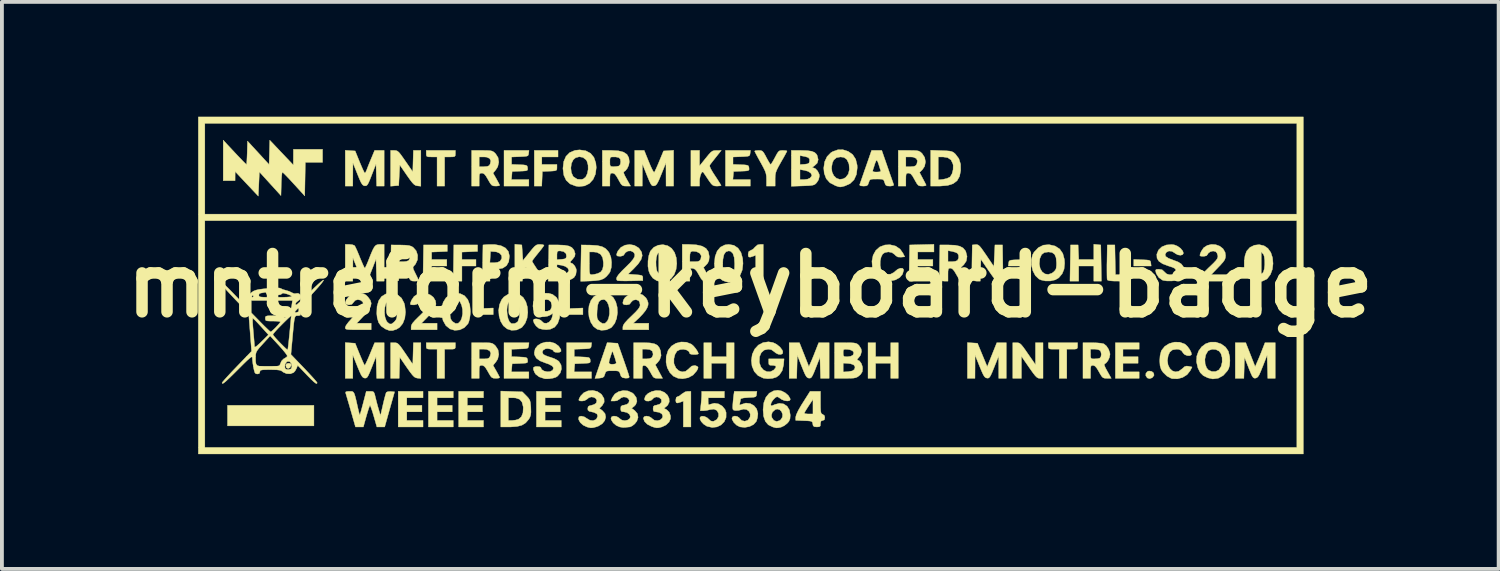
<source format=kicad_pcb>
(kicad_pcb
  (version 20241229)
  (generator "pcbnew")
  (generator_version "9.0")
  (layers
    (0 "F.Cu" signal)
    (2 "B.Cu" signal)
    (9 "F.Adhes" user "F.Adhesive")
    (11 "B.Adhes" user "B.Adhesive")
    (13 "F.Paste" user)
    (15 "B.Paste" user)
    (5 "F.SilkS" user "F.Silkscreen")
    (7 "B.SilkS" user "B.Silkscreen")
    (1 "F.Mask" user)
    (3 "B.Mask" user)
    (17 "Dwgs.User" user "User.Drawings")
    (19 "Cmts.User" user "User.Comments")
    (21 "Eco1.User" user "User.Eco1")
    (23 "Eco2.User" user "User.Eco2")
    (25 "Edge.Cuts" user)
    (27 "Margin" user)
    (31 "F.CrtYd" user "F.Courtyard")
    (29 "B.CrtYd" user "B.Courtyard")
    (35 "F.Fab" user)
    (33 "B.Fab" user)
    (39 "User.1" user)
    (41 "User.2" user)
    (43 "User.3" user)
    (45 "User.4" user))
  (footprint "mntreform-keyboard-badge"
    (layer "F.Cu")
    (at 16.554 4.408)
    (property "Reference" "mntreform-keyboard-badge" (at 0 0 0) (layer "F.SilkS") (effects (font (size 1.524 1.524) (thickness 0.3))))
    (attr through_hole)
    (fp_poly (pts (xy -11.402 3.669) (xy -13.66 3.669) (xy -13.66 3.133) (xy -11.402 3.133) (xy -11.402 3.669)) (stroke (width 0.01) (type solid)) (fill yes) (layer "F.SilkS"))
    (fp_poly (pts (xy -6.717 0.762) (xy -7.172 0.762) (xy -7.163 0.684) (xy -7.156 0.645) (xy -7.139 0.622) (xy -7.098 0.609) (xy -7.022 0.602) (xy -6.936 0.599) (xy -6.717 0.59) (xy -6.717 0.762)) (stroke (width 0.01) (type solid)) (fill yes) (layer "F.SilkS"))
    (fp_poly (pts (xy -4.374 0.762) (xy -4.83 0.762) (xy -4.821 0.684) (xy -4.814 0.645) (xy -4.796 0.622) (xy -4.756 0.609) (xy -4.68 0.602) (xy -4.593 0.599) (xy -4.374 0.59) (xy -4.374 0.762)) (stroke (width 0.01) (type solid)) (fill yes) (layer "F.SilkS"))
    (fp_poly (pts (xy 7.197 -0.508) (xy 6.741 -0.508) (xy 6.75 -0.586) (xy 6.757 -0.625) (xy 6.775 -0.648) (xy 6.816 -0.661) (xy 6.891 -0.668) (xy 6.978 -0.671) (xy 7.197 -0.68) (xy 7.197 -0.508)) (stroke (width 0.01) (type solid)) (fill yes) (layer "F.SilkS"))
    (fp_poly (pts (xy 10.238 -0.671) (xy 10.348 -0.666) (xy 10.413 -0.659) (xy 10.447 -0.644) (xy 10.461 -0.616) (xy 10.465 -0.586) (xy 10.474 -0.508) (xy 10.019 -0.508) (xy 10.019 -0.68) (xy 10.238 -0.671)) (stroke (width 0.01) (type solid)) (fill yes) (layer "F.SilkS"))
    (fp_poly (pts (xy -12.01 2.041) (xy -11.998 2.078) (xy -12 2.095) (xy -12.026 2.148) (xy -12.073 2.171) (xy -12.116 2.155) (xy -12.133 2.113) (xy -12.136 2.084) (xy -12.117 2.043) (xy -12.063 2.032) (xy -12.01 2.041)) (stroke (width 0.01) (type solid)) (fill yes) (layer "F.SilkS"))
    (fp_poly (pts (xy -7.126 -0.889) (xy -7.535 -0.872) (xy -7.535 -0.677) (xy -7.168 -0.677) (xy -7.168 -0.508) (xy -7.535 -0.508) (xy -7.535 -0.113) (xy -7.762 -0.113) (xy -7.747 -1.058) (xy -7.126 -1.058) (xy -7.126 -0.889)) (stroke (width 0.01) (type solid)) (fill yes) (layer "F.SilkS"))
    (fp_poly (pts (xy 10.488 2.246) (xy 10.537 2.287) (xy 10.549 2.343) (xy 10.546 2.354) (xy 10.5 2.412) (xy 10.434 2.435) (xy 10.373 2.417) (xy 10.334 2.361) (xy 10.336 2.298) (xy 10.376 2.249) (xy 10.416 2.235) (xy 10.488 2.246)) (stroke (width 0.01) (type solid)) (fill yes) (layer "F.SilkS"))
    (fp_poly (pts (xy -8.551 2.935) (xy -8.975 2.935) (xy -8.975 3.133) (xy -8.58 3.133) (xy -8.58 3.302) (xy -8.975 3.302) (xy -8.975 3.528) (xy -8.551 3.528) (xy -8.551 3.697) (xy -9.2 3.697) (xy -9.2 2.766) (xy -8.551 2.766) (xy -8.551 2.935)) (stroke (width 0.01) (type solid)) (fill yes) (layer "F.SilkS"))
    (fp_poly (pts (xy -7.916 -0.889) (xy -8.326 -0.872) (xy -8.326 -0.677) (xy -7.93 -0.677) (xy -7.93 -0.508) (xy -8.326 -0.508) (xy -8.326 -0.282) (xy -7.902 -0.282) (xy -7.902 -0.113) (xy -8.553 -0.113) (xy -8.537 -1.058) (xy -7.916 -1.058) (xy -7.916 -0.889)) (stroke (width 0.01) (type solid)) (fill yes) (layer "F.SilkS"))
    (fp_poly (pts (xy -7.761 2.935) (xy -8.184 2.935) (xy -8.184 3.133) (xy -7.789 3.133) (xy -7.789 3.302) (xy -8.184 3.302) (xy -8.184 3.528) (xy -7.761 3.528) (xy -7.761 3.697) (xy -8.41 3.697) (xy -8.41 2.766) (xy -7.761 2.766) (xy -7.761 2.935)) (stroke (width 0.01) (type solid)) (fill yes) (layer "F.SilkS"))
    (fp_poly (pts (xy -6.971 2.935) (xy -7.394 2.935) (xy -7.394 3.133) (xy -6.999 3.133) (xy -6.999 3.302) (xy -7.394 3.302) (xy -7.394 3.528) (xy -6.971 3.528) (xy -6.971 3.697) (xy -7.62 3.697) (xy -7.62 2.766) (xy -6.971 2.766) (xy -6.971 2.935)) (stroke (width 0.01) (type solid)) (fill yes) (layer "F.SilkS"))
    (fp_poly (pts (xy -4.939 2.935) (xy -5.362 2.935) (xy -5.362 3.133) (xy -4.967 3.133) (xy -4.967 3.302) (xy -5.362 3.302) (xy -5.362 3.528) (xy -4.939 3.528) (xy -4.939 3.697) (xy -5.588 3.697) (xy -5.588 2.766) (xy -4.939 2.766) (xy -4.939 2.935)) (stroke (width 0.01) (type solid)) (fill yes) (layer "F.SilkS"))
    (fp_poly (pts (xy -1.016 1.863) (xy -0.621 1.863) (xy -0.621 1.496) (xy -0.423 1.496) (xy -0.423 2.427) (xy -0.621 2.427) (xy -0.621 2.032) (xy -1.016 2.032) (xy -1.016 2.427) (xy -1.214 2.427) (xy -1.214 1.496) (xy -1.016 1.496) (xy -1.016 1.863)) (stroke (width 0.01) (type solid)) (fill yes) (layer "F.SilkS"))
    (fp_poly (pts (xy 3.274 1.863) (xy 3.669 1.863) (xy 3.669 1.496) (xy 3.866 1.496) (xy 3.866 2.427) (xy 3.669 2.427) (xy 3.669 2.032) (xy 3.274 2.032) (xy 3.274 2.427) (xy 3.076 2.427) (xy 3.076 1.496) (xy 3.274 1.496) (xy 3.274 1.863)) (stroke (width 0.01) (type solid)) (fill yes) (layer "F.SilkS"))
    (fp_poly (pts (xy 4.798 -0.875) (xy 4.374 -0.875) (xy 4.374 -0.677) (xy 4.77 -0.677) (xy 4.77 -0.508) (xy 4.374 -0.508) (xy 4.374 -0.282) (xy 4.798 -0.282) (xy 4.798 -0.113) (xy 4.147 -0.113) (xy 4.163 -1.058) (xy 4.798 -1.074) (xy 4.798 -0.875)) (stroke (width 0.01) (type solid)) (fill yes) (layer "F.SilkS"))
    (fp_poly (pts (xy 9.158 -1.058) (xy 9.174 -0.113) (xy 8.975 -0.113) (xy 8.975 -0.508) (xy 8.58 -0.508) (xy 8.58 -0.113) (xy 8.352 -0.113) (xy 8.368 -1.058) (xy 8.565 -1.058) (xy 8.582 -0.677) (xy 8.975 -0.677) (xy 8.975 -1.076) (xy 9.158 -1.058)) (stroke (width 0.01) (type solid)) (fill yes) (layer "F.SilkS"))
    (fp_poly (pts (xy 10.16 1.665) (xy 9.737 1.665) (xy 9.737 1.863) (xy 10.132 1.863) (xy 10.132 2.032) (xy 9.737 2.032) (xy 9.737 2.258) (xy 10.16 2.258) (xy 10.16 2.427) (xy 9.539 2.427) (xy 9.539 1.496) (xy 10.16 1.496) (xy 10.16 1.665)) (stroke (width 0.01) (type solid)) (fill yes) (layer "F.SilkS"))
    (fp_poly (pts (xy 12.745 -0.305) (xy 12.767 -0.285) (xy 12.806 -0.233) (xy 12.802 -0.188) (xy 12.796 -0.176) (xy 12.748 -0.138) (xy 12.681 -0.117) (xy 12.622 -0.121) (xy 12.607 -0.13) (xy 12.586 -0.186) (xy 12.599 -0.254) (xy 12.639 -0.307) (xy 12.647 -0.312) (xy 12.698 -0.328) (xy 12.745 -0.305)) (stroke (width 0.01) (type solid)) (fill yes) (layer "F.SilkS"))
    (fp_poly (pts (xy -5.024 -3.358) (xy -5.447 -3.358) (xy -5.447 -3.161) (xy -5.052 -3.161) (xy -5.052 -3.078) (xy -5.054 -3.033) (xy -5.069 -3.008) (xy -5.108 -2.995) (xy -5.186 -2.988) (xy -5.242 -2.986) (xy -5.433 -2.977) (xy -5.449 -2.596) (xy -5.644 -2.596) (xy -5.644 -3.528) (xy -5.024 -3.528) (xy -5.024 -3.358)) (stroke (width 0.01) (type solid)) (fill yes) (layer "F.SilkS"))
    (fp_poly (pts (xy -7.705 -3.443) (xy -7.708 -3.393) (xy -7.727 -3.368) (xy -7.776 -3.359) (xy -7.846 -3.358) (xy -7.987 -3.358) (xy -7.987 -2.596) (xy -8.184 -2.596) (xy -8.184 -3.358) (xy -8.326 -3.358) (xy -8.409 -3.36) (xy -8.451 -3.372) (xy -8.465 -3.401) (xy -8.467 -3.443) (xy -8.467 -3.528) (xy -7.705 -3.528) (xy -7.705 -3.443)) (stroke (width 0.01) (type solid)) (fill yes) (layer "F.SilkS"))
    (fp_poly (pts (xy -7.705 1.58) (xy -7.708 1.631) (xy -7.727 1.656) (xy -7.776 1.664) (xy -7.846 1.665) (xy -7.987 1.665) (xy -7.987 2.427) (xy -8.184 2.427) (xy -8.184 1.665) (xy -8.326 1.665) (xy -8.409 1.663) (xy -8.451 1.652) (xy -8.465 1.622) (xy -8.467 1.58) (xy -8.467 1.496) (xy -7.705 1.496) (xy -7.705 1.58)) (stroke (width 0.01) (type solid)) (fill yes) (layer "F.SilkS"))
    (fp_poly (pts (xy -1.552 3.697) (xy -1.75 3.697) (xy -1.75 3.021) (xy -1.822 3.049) (xy -1.897 3.072) (xy -1.935 3.064) (xy -1.947 3.018) (xy -1.947 2.992) (xy -1.935 2.925) (xy -1.904 2.907) (xy -1.855 2.888) (xy -1.796 2.842) (xy -1.79 2.836) (xy -1.703 2.78) (xy -1.636 2.766) (xy -1.552 2.766) (xy -1.552 3.697)) (stroke (width 0.01) (type solid)) (fill yes) (layer "F.SilkS"))
    (fp_poly (pts (xy 0.339 -0.113) (xy 0.141 -0.113) (xy 0.141 -0.789) (xy 0.069 -0.761) (xy -0.006 -0.738) (xy -0.044 -0.746) (xy -0.056 -0.79) (xy -0.056 -0.815) (xy -0.044 -0.881) (xy 0.002 -0.912) (xy 0.011 -0.914) (xy 0.075 -0.95) (xy 0.124 -1.002) (xy 0.189 -1.06) (xy 0.255 -1.072) (xy 0.339 -1.072) (xy 0.339 -0.113)) (stroke (width 0.01) (type solid)) (fill yes) (layer "F.SilkS"))
    (fp_poly (pts (xy 8.551 1.58) (xy 8.548 1.631) (xy 8.529 1.656) (xy 8.48 1.664) (xy 8.41 1.665) (xy 8.269 1.665) (xy 8.269 2.427) (xy 8.072 2.427) (xy 8.072 1.665) (xy 7.93 1.665) (xy 7.847 1.663) (xy 7.805 1.652) (xy 7.791 1.622) (xy 7.789 1.58) (xy 7.789 1.496) (xy 8.551 1.496) (xy 8.551 1.58)) (stroke (width 0.01) (type solid)) (fill yes) (layer "F.SilkS"))
    (fp_poly (pts (xy 9.533 -0.67) (xy 9.541 -0.282) (xy 9.934 -0.282) (xy 9.934 -0.113) (xy 9.637 -0.113) (xy 9.491 -0.115) (xy 9.395 -0.122) (xy 9.342 -0.135) (xy 9.326 -0.149) (xy 9.321 -0.189) (xy 9.319 -0.275) (xy 9.318 -0.395) (xy 9.318 -0.54) (xy 9.32 -0.622) (xy 9.327 -1.058) (xy 9.525 -1.058) (xy 9.533 -0.67)) (stroke (width 0.01) (type solid)) (fill yes) (layer "F.SilkS"))
    (fp_poly (pts (xy 14.45 4.403) (xy -14.422 4.403) (xy -14.422 -1.693) (xy -14.252 -1.693) (xy -14.252 4.233) (xy 14.28 4.233) (xy 14.28 -1.693) (xy -14.252 -1.693) (xy -14.422 -1.693) (xy -14.422 -4.233) (xy -14.252 -4.233) (xy -14.252 -1.863) (xy 14.28 -1.863) (xy 14.28 -4.233) (xy -14.252 -4.233) (xy -14.422 -4.233) (xy -14.422 -4.403) (xy 14.45 -4.403) (xy 14.45 4.403)) (stroke (width 0.01) (type solid)) (fill yes) (layer "F.SilkS"))
    (fp_poly (pts (xy 6.999 1.499) (xy 7.036 1.512) (xy 7.075 1.544) (xy 7.124 1.602) (xy 7.191 1.694) (xy 7.252 1.783) (xy 7.451 2.069) (xy 7.451 1.496) (xy 7.648 1.496) (xy 7.648 2.427) (xy 7.565 2.427) (xy 7.527 2.422) (xy 7.49 2.403) (xy 7.446 2.361) (xy 7.389 2.289) (xy 7.311 2.179) (xy 7.283 2.139) (xy 7.084 1.852) (xy 7.084 2.427) (xy 6.858 2.427) (xy 6.858 1.496) (xy 6.956 1.496) (xy 6.999 1.499)) (stroke (width 0.01) (type solid)) (fill yes) (layer "F.SilkS"))
    (fp_poly (pts (xy -9.257 1.499) (xy -9.22 1.512) (xy -9.182 1.545) (xy -9.133 1.603) (xy -9.067 1.697) (xy -9.011 1.779) (xy -8.819 2.061) (xy -8.811 1.779) (xy -8.803 1.496) (xy -8.608 1.496) (xy -8.608 2.431) (xy -8.698 2.422) (xy -8.741 2.412) (xy -8.782 2.388) (xy -8.829 2.34) (xy -8.89 2.262) (xy -8.973 2.145) (xy -9.158 1.877) (xy -9.166 2.152) (xy -9.174 2.427) (xy -9.398 2.427) (xy -9.398 1.496) (xy -9.3 1.496) (xy -9.257 1.499)) (stroke (width 0.01) (type solid)) (fill yes) (layer "F.SilkS"))
    (fp_poly (pts (xy -9.258 -3.525) (xy -9.221 -3.511) (xy -9.181 -3.478) (xy -9.132 -3.418) (xy -9.065 -3.324) (xy -9.012 -3.248) (xy -8.819 -2.968) (xy -8.811 -3.248) (xy -8.803 -3.528) (xy -8.608 -3.528) (xy -8.608 -2.593) (xy -8.698 -2.602) (xy -8.741 -2.611) (xy -8.782 -2.636) (xy -8.829 -2.683) (xy -8.89 -2.762) (xy -8.973 -2.879) (xy -9.158 -3.147) (xy -9.172 -2.879) (xy -9.186 -2.611) (xy -9.292 -2.602) (xy -9.398 -2.593) (xy -9.398 -3.528) (xy -9.301 -3.528) (xy -9.258 -3.525)) (stroke (width 0.01) (type solid)) (fill yes) (layer "F.SilkS"))
    (fp_poly (pts (xy -5.791 -3.45) (xy -5.798 -3.411) (xy -5.815 -3.387) (xy -5.856 -3.375) (xy -5.932 -3.368) (xy -6.018 -3.364) (xy -6.237 -3.356) (xy -6.237 -3.163) (xy -6.032 -3.155) (xy -5.927 -3.15) (xy -5.865 -3.141) (xy -5.834 -3.124) (xy -5.822 -3.094) (xy -5.819 -3.07) (xy -5.817 -3.031) (xy -5.828 -3.008) (xy -5.865 -2.995) (xy -5.94 -2.989) (xy -6.017 -2.986) (xy -6.223 -2.977) (xy -6.241 -2.766) (xy -5.786 -2.766) (xy -5.786 -2.596) (xy -6.435 -2.596) (xy -6.435 -3.528) (xy -5.782 -3.528) (xy -5.791 -3.45)) (stroke (width 0.01) (type solid)) (fill yes) (layer "F.SilkS"))
    (fp_poly (pts (xy 5.936 1.51) (xy 6.063 1.816) (xy 6.19 2.122) (xy 6.441 1.496) (xy 6.689 1.496) (xy 6.689 2.427) (xy 6.491 2.427) (xy 6.49 2.138) (xy 6.488 1.849) (xy 6.371 2.139) (xy 6.32 2.266) (xy 6.282 2.349) (xy 6.252 2.397) (xy 6.225 2.419) (xy 6.195 2.422) (xy 6.184 2.421) (xy 6.15 2.411) (xy 6.119 2.384) (xy 6.086 2.331) (xy 6.045 2.242) (xy 5.993 2.117) (xy 5.873 1.82) (xy 5.872 2.124) (xy 5.87 2.427) (xy 5.673 2.427) (xy 5.673 1.493) (xy 5.936 1.51)) (stroke (width 0.01) (type solid)) (fill yes) (layer "F.SilkS"))
    (fp_poly (pts (xy -5.791 1.573) (xy -5.798 1.612) (xy -5.815 1.636) (xy -5.856 1.649) (xy -5.932 1.656) (xy -6.018 1.659) (xy -6.237 1.667) (xy -6.237 1.86) (xy -6.032 1.868) (xy -5.927 1.874) (xy -5.865 1.882) (xy -5.834 1.899) (xy -5.822 1.93) (xy -5.819 1.953) (xy -5.817 1.992) (xy -5.828 2.016) (xy -5.865 2.028) (xy -5.94 2.034) (xy -6.017 2.038) (xy -6.223 2.046) (xy -6.232 2.152) (xy -6.241 2.258) (xy -5.786 2.258) (xy -5.786 2.427) (xy -6.435 2.427) (xy -6.435 1.496) (xy -5.782 1.496) (xy -5.791 1.573)) (stroke (width 0.01) (type solid)) (fill yes) (layer "F.SilkS"))
    (fp_poly (pts (xy -4.154 1.573) (xy -4.161 1.612) (xy -4.178 1.636) (xy -4.219 1.649) (xy -4.295 1.656) (xy -4.381 1.659) (xy -4.6 1.667) (xy -4.6 1.86) (xy -4.396 1.868) (xy -4.29 1.874) (xy -4.228 1.882) (xy -4.198 1.899) (xy -4.185 1.93) (xy -4.182 1.953) (xy -4.18 1.992) (xy -4.191 2.016) (xy -4.229 2.028) (xy -4.303 2.034) (xy -4.38 2.038) (xy -4.586 2.046) (xy -4.595 2.152) (xy -4.604 2.258) (xy -4.149 2.258) (xy -4.149 2.427) (xy -4.798 2.427) (xy -4.798 1.496) (xy -4.145 1.496) (xy -4.154 1.573)) (stroke (width 0.01) (type solid)) (fill yes) (layer "F.SilkS"))
    (fp_poly (pts (xy -0.005 -3.45) (xy -0.012 -3.411) (xy -0.03 -3.387) (xy -0.07 -3.375) (xy -0.146 -3.368) (xy -0.233 -3.364) (xy -0.452 -3.356) (xy -0.452 -3.163) (xy -0.247 -3.155) (xy -0.141 -3.15) (xy -0.08 -3.141) (xy -0.049 -3.124) (xy -0.037 -3.094) (xy -0.034 -3.07) (xy -0.031 -3.031) (xy -0.043 -3.008) (xy -0.08 -2.995) (xy -0.154 -2.989) (xy -0.231 -2.986) (xy -0.437 -2.977) (xy -0.446 -2.872) (xy -0.455 -2.766) (xy 0 -2.766) (xy 0 -2.596) (xy -0.649 -2.596) (xy -0.649 -3.528) (xy 0.004 -3.528) (xy -0.005 -3.45)) (stroke (width 0.01) (type solid)) (fill yes) (layer "F.SilkS"))
    (fp_poly (pts (xy 5.957 -1.055) (xy 5.995 -1.023) (xy 6.043 -0.964) (xy 6.11 -0.869) (xy 6.168 -0.785) (xy 6.364 -0.494) (xy 6.392 -1.058) (xy 6.59 -1.058) (xy 6.605 -0.113) (xy 6.51 -0.113) (xy 6.468 -0.116) (xy 6.431 -0.13) (xy 6.392 -0.163) (xy 6.342 -0.224) (xy 6.275 -0.318) (xy 6.22 -0.398) (xy 6.025 -0.683) (xy 6.009 -0.113) (xy 5.911 -0.113) (xy 5.841 -0.122) (xy 5.8 -0.146) (xy 5.798 -0.149) (xy 5.794 -0.189) (xy 5.791 -0.275) (xy 5.79 -0.395) (xy 5.791 -0.54) (xy 5.792 -0.622) (xy 5.8 -1.058) (xy 5.885 -1.067) (xy 5.923 -1.067) (xy 5.957 -1.055)) (stroke (width 0.01) (type solid)) (fill yes) (layer "F.SilkS"))
    (fp_poly (pts (xy 13.068 1.809) (xy 13.191 2.122) (xy 13.251 1.985) (xy 13.295 1.882) (xy 13.346 1.757) (xy 13.379 1.672) (xy 13.448 1.496) (xy 13.716 1.496) (xy 13.716 2.427) (xy 13.52 2.427) (xy 13.512 2.124) (xy 13.504 1.822) (xy 13.388 2.117) (xy 13.335 2.248) (xy 13.296 2.335) (xy 13.263 2.386) (xy 13.233 2.412) (xy 13.201 2.422) (xy 13.167 2.422) (xy 13.14 2.406) (xy 13.111 2.366) (xy 13.077 2.292) (xy 13.029 2.176) (xy 13.021 2.154) (xy 12.912 1.878) (xy 12.904 2.153) (xy 12.896 2.427) (xy 12.672 2.427) (xy 12.672 1.496) (xy 12.945 1.496) (xy 13.068 1.809)) (stroke (width 0.01) (type solid)) (fill yes) (layer "F.SilkS"))
    (fp_poly (pts (xy -6.514 -1.038) (xy -6.395 -0.977) (xy -6.321 -0.887) (xy -6.294 -0.77) (xy -6.294 -0.763) (xy -6.312 -0.62) (xy -6.37 -0.518) (xy -6.467 -0.453) (xy -6.608 -0.425) (xy -6.662 -0.423) (xy -6.802 -0.423) (xy -6.802 -0.113) (xy -7 -0.113) (xy -6.993 -0.593) (xy -6.805 -0.593) (xy -6.692 -0.593) (xy -6.603 -0.604) (xy -6.54 -0.633) (xy -6.535 -0.637) (xy -6.492 -0.71) (xy -6.498 -0.782) (xy -6.548 -0.841) (xy -6.634 -0.877) (xy -6.675 -0.882) (xy -6.787 -0.889) (xy -6.796 -0.741) (xy -6.805 -0.593) (xy -6.993 -0.593) (xy -6.985 -1.058) (xy -6.872 -1.068) (xy -6.674 -1.069) (xy -6.514 -1.038)) (stroke (width 0.01) (type solid)) (fill yes) (layer "F.SilkS"))
    (fp_poly (pts (xy -2.004 -2.596) (xy -2.201 -2.596) (xy -2.204 -3.203) (xy -2.324 -2.907) (xy -2.378 -2.776) (xy -2.419 -2.689) (xy -2.452 -2.637) (xy -2.483 -2.611) (xy -2.515 -2.602) (xy -2.548 -2.602) (xy -2.575 -2.617) (xy -2.603 -2.656) (xy -2.638 -2.728) (xy -2.685 -2.841) (xy -2.703 -2.884) (xy -2.819 -3.175) (xy -2.822 -2.596) (xy -3.02 -2.596) (xy -3.02 -3.528) (xy -2.772 -3.528) (xy -2.652 -3.23) (xy -2.603 -3.114) (xy -2.56 -3.024) (xy -2.527 -2.967) (xy -2.51 -2.954) (xy -2.491 -2.989) (xy -2.456 -3.063) (xy -2.411 -3.166) (xy -2.378 -3.246) (xy -2.267 -3.514) (xy -2.135 -3.522) (xy -2.004 -3.531) (xy -2.004 -2.596)) (stroke (width 0.01) (type solid)) (fill yes) (layer "F.SilkS"))
    (fp_poly (pts (xy 2.06 2.427) (xy 1.836 2.427) (xy 1.828 2.153) (xy 1.82 1.878) (xy 1.711 2.154) (xy 1.662 2.278) (xy 1.625 2.357) (xy 1.596 2.402) (xy 1.569 2.42) (xy 1.537 2.422) (xy 1.531 2.422) (xy 1.498 2.412) (xy 1.467 2.385) (xy 1.435 2.332) (xy 1.395 2.243) (xy 1.344 2.117) (xy 1.228 1.822) (xy 1.22 2.124) (xy 1.212 2.427) (xy 1.016 2.427) (xy 1.016 1.496) (xy 1.15 1.496) (xy 1.284 1.496) (xy 1.408 1.809) (xy 1.531 2.121) (xy 1.579 2.013) (xy 1.614 1.932) (xy 1.659 1.822) (xy 1.705 1.705) (xy 1.707 1.7) (xy 1.787 1.496) (xy 2.06 1.496) (xy 2.06 2.427)) (stroke (width 0.01) (type solid)) (fill yes) (layer "F.SilkS"))
    (fp_poly (pts (xy -10.324 -3.514) (xy -10.207 -3.225) (xy -10.158 -3.109) (xy -10.116 -3.015) (xy -10.085 -2.954) (xy -10.071 -2.935) (xy -10.05 -2.959) (xy -10.025 -3.013) (xy -10.002 -3.075) (xy -9.964 -3.171) (xy -9.918 -3.283) (xy -9.907 -3.309) (xy -9.816 -3.528) (xy -9.567 -3.528) (xy -9.567 -2.596) (xy -9.763 -2.596) (xy -9.779 -3.175) (xy -9.892 -2.885) (xy -9.942 -2.757) (xy -9.979 -2.674) (xy -10.008 -2.627) (xy -10.035 -2.605) (xy -10.065 -2.602) (xy -10.075 -2.602) (xy -10.109 -2.612) (xy -10.139 -2.639) (xy -10.172 -2.693) (xy -10.213 -2.782) (xy -10.264 -2.907) (xy -10.383 -3.203) (xy -10.386 -2.596) (xy -10.583 -2.596) (xy -10.583 -3.531) (xy -10.324 -3.514)) (stroke (width 0.01) (type solid)) (fill yes) (layer "F.SilkS"))
    (fp_poly (pts (xy -10.324 1.51) (xy -10.207 1.799) (xy -10.158 1.915) (xy -10.117 2.009) (xy -10.087 2.07) (xy -10.074 2.088) (xy -10.058 2.064) (xy -10.026 1.997) (xy -9.982 1.9) (xy -9.937 1.792) (xy -9.815 1.496) (xy -9.567 1.496) (xy -9.567 2.427) (xy -9.763 2.427) (xy -9.771 2.143) (xy -9.779 1.859) (xy -9.892 2.144) (xy -9.943 2.27) (xy -9.98 2.351) (xy -10.009 2.398) (xy -10.036 2.418) (xy -10.067 2.422) (xy -10.075 2.421) (xy -10.109 2.411) (xy -10.139 2.384) (xy -10.172 2.331) (xy -10.213 2.242) (xy -10.265 2.117) (xy -10.385 1.82) (xy -10.385 2.124) (xy -10.386 2.427) (xy -10.583 2.427) (xy -10.583 1.493) (xy -10.324 1.51)) (stroke (width 0.01) (type solid)) (fill yes) (layer "F.SilkS"))
    (fp_poly (pts (xy 4.994 -3.523) (xy 5.123 -3.518) (xy 5.211 -3.51) (xy 5.269 -3.496) (xy 5.313 -3.473) (xy 5.355 -3.436) (xy 5.36 -3.431) (xy 5.449 -3.313) (xy 5.494 -3.17) (xy 5.497 -3.001) (xy 5.467 -2.85) (xy 5.403 -2.737) (xy 5.3 -2.659) (xy 5.156 -2.613) (xy 4.966 -2.597) (xy 4.946 -2.596) (xy 4.713 -2.596) (xy 4.713 -3.358) (xy 4.911 -3.358) (xy 4.911 -2.758) (xy 5.041 -2.773) (xy 5.138 -2.795) (xy 5.213 -2.831) (xy 5.225 -2.842) (xy 5.272 -2.921) (xy 5.299 -3.028) (xy 5.301 -3.14) (xy 5.294 -3.174) (xy 5.245 -3.278) (xy 5.158 -3.339) (xy 5.038 -3.358) (xy 4.911 -3.358) (xy 4.713 -3.358) (xy 4.713 -3.533) (xy 4.994 -3.523)) (stroke (width 0.01) (type solid)) (fill yes) (layer "F.SilkS"))
    (fp_poly (pts (xy -6.238 2.77) (xy -5.956 2.78) (xy -5.85 2.886) (xy -5.795 2.945) (xy -5.762 2.997) (xy -5.745 3.061) (xy -5.736 3.156) (xy -5.734 3.196) (xy -5.731 3.31) (xy -5.739 3.387) (xy -5.76 3.448) (xy -5.791 3.5) (xy -5.87 3.591) (xy -5.967 3.651) (xy -6.095 3.685) (xy -6.264 3.697) (xy -6.287 3.697) (xy -6.519 3.697) (xy -6.519 2.935) (xy -6.322 2.935) (xy -6.322 3.528) (xy -6.224 3.528) (xy -6.134 3.518) (xy -6.057 3.496) (xy -5.982 3.432) (xy -5.94 3.328) (xy -5.932 3.192) (xy -5.934 3.169) (xy -5.965 3.049) (xy -6.027 2.975) (xy -6.128 2.94) (xy -6.198 2.935) (xy -6.322 2.935) (xy -6.519 2.935) (xy -6.519 2.76) (xy -6.238 2.77)) (stroke (width 0.01) (type solid)) (fill yes) (layer "F.SilkS"))
    (fp_poly (pts (xy -8.471 0.207) (xy -8.366 0.244) (xy -8.281 0.308) (xy -8.226 0.399) (xy -8.213 0.483) (xy -8.223 0.549) (xy -8.258 0.62) (xy -8.324 0.707) (xy -8.428 0.82) (xy -8.434 0.826) (xy -8.592 0.988) (xy -8.184 0.988) (xy -8.184 1.157) (xy -8.862 1.157) (xy -8.862 1.079) (xy -8.853 1.034) (xy -8.82 0.98) (xy -8.757 0.908) (xy -8.658 0.81) (xy -8.636 0.79) (xy -8.518 0.671) (xy -8.443 0.579) (xy -8.409 0.506) (xy -8.412 0.446) (xy -8.444 0.401) (xy -8.512 0.367) (xy -8.59 0.372) (xy -8.653 0.412) (xy -8.669 0.437) (xy -8.708 0.489) (xy -8.773 0.507) (xy -8.796 0.508) (xy -8.859 0.506) (xy -8.884 0.491) (xy -8.877 0.449) (xy -8.85 0.382) (xy -8.785 0.287) (xy -8.692 0.227) (xy -8.584 0.201) (xy -8.471 0.207)) (stroke (width 0.01) (type solid)) (fill yes) (layer "F.SilkS"))
    (fp_poly (pts (xy -4.17 -1.054) (xy -4 -1.043) (xy -3.874 -1.014) (xy -3.781 -0.963) (xy -3.708 -0.883) (xy -3.684 -0.846) (xy -3.642 -0.736) (xy -3.625 -0.605) (xy -3.631 -0.473) (xy -3.662 -0.362) (xy -3.685 -0.321) (xy -3.757 -0.236) (xy -3.83 -0.178) (xy -3.919 -0.143) (xy -4.039 -0.125) (xy -4.165 -0.117) (xy -4.432 -0.107) (xy -4.425 -0.583) (xy -4.42 -0.875) (xy -4.205 -0.875) (xy -4.205 -0.579) (xy -4.205 -0.447) (xy -4.202 -0.361) (xy -4.194 -0.312) (xy -4.18 -0.289) (xy -4.156 -0.283) (xy -4.139 -0.282) (xy -4.064 -0.292) (xy -3.983 -0.313) (xy -3.907 -0.353) (xy -3.862 -0.414) (xy -3.841 -0.509) (xy -3.838 -0.592) (xy -3.857 -0.725) (xy -3.913 -0.816) (xy -4.007 -0.865) (xy -4.091 -0.875) (xy -4.205 -0.875) (xy -4.42 -0.875) (xy -4.417 -1.058) (xy -4.17 -1.054)) (stroke (width 0.01) (type solid)) (fill yes) (layer "F.SilkS"))
    (fp_poly (pts (xy -5.969 -1.058) (xy -5.941 -0.65) (xy -5.772 -0.861) (xy -5.691 -0.96) (xy -5.634 -1.022) (xy -5.588 -1.056) (xy -5.544 -1.07) (xy -5.497 -1.072) (xy -5.428 -1.067) (xy -5.392 -1.054) (xy -5.39 -1.05) (xy -5.407 -1.02) (xy -5.452 -0.958) (xy -5.517 -0.876) (xy -5.546 -0.841) (xy -5.616 -0.754) (xy -5.67 -0.684) (xy -5.698 -0.64) (xy -5.701 -0.633) (xy -5.686 -0.602) (xy -5.645 -0.536) (xy -5.585 -0.444) (xy -5.53 -0.362) (xy -5.359 -0.113) (xy -5.484 -0.113) (xy -5.549 -0.115) (xy -5.594 -0.128) (xy -5.634 -0.161) (xy -5.682 -0.225) (xy -5.729 -0.296) (xy -5.787 -0.383) (xy -5.834 -0.448) (xy -5.861 -0.479) (xy -5.863 -0.48) (xy -5.901 -0.454) (xy -5.932 -0.388) (xy -5.951 -0.297) (xy -5.954 -0.247) (xy -5.955 -0.113) (xy -6.152 -0.113) (xy -6.152 -1.076) (xy -5.969 -1.058)) (stroke (width 0.01) (type solid)) (fill yes) (layer "F.SilkS"))
    (fp_poly (pts (xy -2.925 0.205) (xy -2.813 0.247) (xy -2.726 0.325) (xy -2.693 0.383) (xy -2.669 0.455) (xy -2.671 0.515) (xy -2.696 0.586) (xy -2.739 0.658) (xy -2.811 0.747) (xy -2.895 0.836) (xy -2.899 0.84) (xy -3.058 0.988) (xy -2.653 0.988) (xy -2.653 1.157) (xy -3.33 1.157) (xy -3.33 1.084) (xy -3.318 1.038) (xy -3.277 0.977) (xy -3.203 0.895) (xy -3.104 0.799) (xy -2.998 0.696) (xy -2.93 0.62) (xy -2.892 0.563) (xy -2.879 0.517) (xy -2.879 0.509) (xy -2.893 0.438) (xy -2.919 0.396) (xy -2.989 0.371) (xy -3.063 0.387) (xy -3.116 0.439) (xy -3.118 0.445) (xy -3.158 0.493) (xy -3.23 0.508) (xy -3.238 0.508) (xy -3.302 0.501) (xy -3.327 0.474) (xy -3.33 0.443) (xy -3.311 0.375) (xy -3.271 0.314) (xy -3.167 0.237) (xy -3.047 0.201) (xy -2.925 0.205)) (stroke (width 0.01) (type solid)) (fill yes) (layer "F.SilkS"))
    (fp_poly (pts (xy -2.622 1.502) (xy -2.506 1.524) (xy -2.426 1.565) (xy -2.375 1.631) (xy -2.346 1.708) (xy -2.331 1.833) (xy -2.366 1.939) (xy -2.415 2.004) (xy -2.481 2.074) (xy -2.292 2.427) (xy -2.409 2.427) (xy -2.473 2.424) (xy -2.517 2.409) (xy -2.553 2.369) (xy -2.596 2.293) (xy -2.611 2.265) (xy -2.673 2.161) (xy -2.726 2.106) (xy -2.759 2.094) (xy -2.794 2.093) (xy -2.813 2.111) (xy -2.821 2.16) (xy -2.822 2.253) (xy -2.822 2.427) (xy -3.048 2.427) (xy -3.048 1.665) (xy -2.822 1.665) (xy -2.822 1.919) (xy -2.715 1.919) (xy -2.636 1.911) (xy -2.58 1.89) (xy -2.574 1.885) (xy -2.546 1.83) (xy -2.54 1.792) (xy -2.56 1.718) (xy -2.624 1.676) (xy -2.715 1.665) (xy -2.822 1.665) (xy -3.048 1.665) (xy -3.048 1.496) (xy -2.784 1.496) (xy -2.622 1.502)) (stroke (width 0.01) (type solid)) (fill yes) (layer "F.SilkS"))
    (fp_poly (pts (xy 12.161 -1.065) (xy 12.265 -1.027) (xy 12.35 -0.961) (xy 12.405 -0.867) (xy 12.418 -0.782) (xy 12.413 -0.725) (xy 12.396 -0.674) (xy 12.357 -0.616) (xy 12.289 -0.539) (xy 12.23 -0.477) (xy 12.042 -0.282) (xy 12.446 -0.282) (xy 12.446 -0.113) (xy 11.769 -0.113) (xy 11.769 -0.19) (xy 11.778 -0.236) (xy 11.811 -0.291) (xy 11.875 -0.363) (xy 11.974 -0.461) (xy 11.997 -0.482) (xy 12.099 -0.58) (xy 12.165 -0.65) (xy 12.201 -0.701) (xy 12.216 -0.743) (xy 12.216 -0.775) (xy 12.194 -0.844) (xy 12.161 -0.883) (xy 12.092 -0.9) (xy 12.018 -0.882) (xy 11.962 -0.839) (xy 11.952 -0.818) (xy 11.921 -0.777) (xy 11.855 -0.762) (xy 11.837 -0.762) (xy 11.773 -0.764) (xy 11.747 -0.779) (xy 11.753 -0.821) (xy 11.781 -0.888) (xy 11.846 -0.985) (xy 11.94 -1.046) (xy 12.048 -1.072) (xy 12.161 -1.065)) (stroke (width 0.01) (type solid)) (fill yes) (layer "F.SilkS"))
    (fp_poly (pts (xy -7.582 0.213) (xy -7.468 0.268) (xy -7.383 0.367) (xy -7.33 0.504) (xy -7.313 0.677) (xy -7.317 0.748) (xy -7.331 0.856) (xy -7.355 0.95) (xy -7.377 1.001) (xy -7.473 1.103) (xy -7.592 1.161) (xy -7.722 1.173) (xy -7.845 1.137) (xy -7.954 1.049) (xy -8.028 0.918) (xy -8.062 0.765) (xy -8.063 0.679) (xy -7.846 0.679) (xy -7.843 0.789) (xy -7.833 0.859) (xy -7.809 0.909) (xy -7.777 0.946) (xy -7.702 0.995) (xy -7.632 0.989) (xy -7.573 0.93) (xy -7.54 0.858) (xy -7.517 0.744) (xy -7.519 0.625) (xy -7.543 0.516) (xy -7.584 0.428) (xy -7.64 0.376) (xy -7.677 0.367) (xy -7.758 0.389) (xy -7.811 0.455) (xy -7.84 0.569) (xy -7.846 0.679) (xy -8.063 0.679) (xy -8.063 0.589) (xy -8.024 0.438) (xy -7.949 0.319) (xy -7.842 0.239) (xy -7.723 0.205) (xy -7.582 0.213)) (stroke (width 0.01) (type solid)) (fill yes) (layer "F.SilkS"))
    (fp_poly (pts (xy -4.299 -3.519) (xy -4.174 -3.452) (xy -4.085 -3.344) (xy -4.036 -3.197) (xy -4.025 -3.08) (xy -4.046 -2.909) (xy -4.108 -2.769) (xy -4.204 -2.664) (xy -4.329 -2.601) (xy -4.477 -2.584) (xy -4.564 -2.597) (xy -4.708 -2.652) (xy -4.81 -2.746) (xy -4.872 -2.878) (xy -4.895 -3.051) (xy -4.895 -3.062) (xy -4.894 -3.071) (xy -4.689 -3.071) (xy -4.676 -2.953) (xy -4.634 -2.857) (xy -4.616 -2.835) (xy -4.52 -2.776) (xy -4.41 -2.77) (xy -4.362 -2.783) (xy -4.3 -2.834) (xy -4.258 -2.923) (xy -4.237 -3.032) (xy -4.239 -3.144) (xy -4.268 -3.245) (xy -4.292 -3.284) (xy -4.372 -3.345) (xy -4.469 -3.363) (xy -4.564 -3.337) (xy -4.626 -3.284) (xy -4.673 -3.188) (xy -4.689 -3.071) (xy -4.894 -3.071) (xy -4.875 -3.237) (xy -4.815 -3.375) (xy -4.717 -3.473) (xy -4.582 -3.529) (xy -4.459 -3.542) (xy -4.299 -3.519)) (stroke (width 0.01) (type solid)) (fill yes) (layer "F.SilkS"))
    (fp_poly (pts (xy -1.326 -3.124) (xy -1.164 -3.325) (xy -1.086 -3.421) (xy -1.031 -3.48) (xy -0.986 -3.512) (xy -0.939 -3.525) (xy -0.88 -3.527) (xy -0.758 -3.528) (xy -0.894 -3.357) (xy -0.963 -3.27) (xy -1.02 -3.197) (xy -1.054 -3.151) (xy -1.057 -3.148) (xy -1.06 -3.112) (xy -1.034 -3.048) (xy -0.977 -2.95) (xy -0.923 -2.867) (xy -0.856 -2.765) (xy -0.803 -2.681) (xy -0.77 -2.627) (xy -0.762 -2.611) (xy -0.787 -2.602) (xy -0.85 -2.597) (xy -0.874 -2.596) (xy -0.933 -2.6) (xy -0.977 -2.616) (xy -1.02 -2.655) (xy -1.073 -2.727) (xy -1.104 -2.773) (xy -1.162 -2.86) (xy -1.208 -2.927) (xy -1.233 -2.962) (xy -1.234 -2.963) (xy -1.259 -2.963) (xy -1.286 -2.922) (xy -1.31 -2.853) (xy -1.324 -2.772) (xy -1.326 -2.732) (xy -1.326 -2.596) (xy -1.552 -2.596) (xy -1.552 -3.528) (xy -1.326 -3.528) (xy -1.326 -3.124)) (stroke (width 0.01) (type solid)) (fill yes) (layer "F.SilkS"))
    (fp_poly (pts (xy -2.157 -1.037) (xy -2.057 -0.97) (xy -1.979 -0.861) (xy -1.934 -0.723) (xy -1.921 -0.571) (xy -1.939 -0.421) (xy -1.988 -0.286) (xy -2.068 -0.181) (xy -2.089 -0.164) (xy -2.202 -0.111) (xy -2.329 -0.097) (xy -2.441 -0.123) (xy -2.545 -0.19) (xy -2.617 -0.288) (xy -2.653 -0.378) (xy -2.674 -0.498) (xy -2.673 -0.62) (xy -2.465 -0.62) (xy -2.462 -0.502) (xy -2.446 -0.401) (xy -2.43 -0.358) (xy -2.368 -0.289) (xy -2.294 -0.268) (xy -2.22 -0.296) (xy -2.172 -0.356) (xy -2.147 -0.437) (xy -2.135 -0.551) (xy -2.137 -0.671) (xy -2.153 -0.768) (xy -2.197 -0.848) (xy -2.265 -0.888) (xy -2.341 -0.887) (xy -2.409 -0.843) (xy -2.432 -0.81) (xy -2.455 -0.73) (xy -2.465 -0.62) (xy -2.673 -0.62) (xy -2.673 -0.639) (xy -2.652 -0.778) (xy -2.614 -0.889) (xy -2.608 -0.9) (xy -2.521 -0.996) (xy -2.408 -1.051) (xy -2.282 -1.066) (xy -2.157 -1.037)) (stroke (width 0.01) (type solid)) (fill yes) (layer "F.SilkS"))
    (fp_poly (pts (xy 3.799 -1.028) (xy 3.914 -0.948) (xy 3.987 -0.845) (xy 4.036 -0.748) (xy 3.936 -0.739) (xy 3.855 -0.743) (xy 3.798 -0.779) (xy 3.778 -0.803) (xy 3.703 -0.858) (xy 3.608 -0.877) (xy 3.515 -0.859) (xy 3.458 -0.82) (xy 3.418 -0.743) (xy 3.395 -0.637) (xy 3.393 -0.523) (xy 3.413 -0.427) (xy 3.476 -0.338) (xy 3.563 -0.293) (xy 3.661 -0.293) (xy 3.756 -0.342) (xy 3.782 -0.367) (xy 3.85 -0.422) (xy 3.919 -0.45) (xy 3.976 -0.449) (xy 4.005 -0.417) (xy 4.007 -0.402) (xy 3.978 -0.295) (xy 3.904 -0.207) (xy 3.792 -0.145) (xy 3.651 -0.115) (xy 3.605 -0.113) (xy 3.506 -0.117) (xy 3.438 -0.135) (xy 3.375 -0.176) (xy 3.332 -0.213) (xy 3.253 -0.298) (xy 3.209 -0.39) (xy 3.191 -0.46) (xy 3.178 -0.635) (xy 3.209 -0.789) (xy 3.279 -0.915) (xy 3.383 -1.007) (xy 3.516 -1.057) (xy 3.65 -1.064) (xy 3.799 -1.028)) (stroke (width 0.01) (type solid)) (fill yes) (layer "F.SilkS"))
    (fp_poly (pts (xy 12.161 1.481) (xy 12.303 1.529) (xy 12.417 1.611) (xy 12.49 1.718) (xy 12.525 1.86) (xy 12.531 1.964) (xy 12.524 2.083) (xy 12.5 2.17) (xy 12.467 2.23) (xy 12.356 2.353) (xy 12.227 2.424) (xy 12.085 2.443) (xy 11.957 2.415) (xy 11.838 2.358) (xy 11.757 2.279) (xy 11.697 2.161) (xy 11.695 2.155) (xy 11.658 1.996) (xy 11.662 1.93) (xy 11.877 1.93) (xy 11.884 2.049) (xy 11.922 2.153) (xy 11.967 2.208) (xy 12.058 2.25) (xy 12.157 2.25) (xy 12.241 2.208) (xy 12.248 2.202) (xy 12.303 2.114) (xy 12.329 2.002) (xy 12.327 1.884) (xy 12.297 1.78) (xy 12.247 1.715) (xy 12.162 1.674) (xy 12.065 1.668) (xy 11.98 1.698) (xy 11.954 1.719) (xy 11.9 1.814) (xy 11.877 1.93) (xy 11.662 1.93) (xy 11.666 1.846) (xy 11.713 1.713) (xy 11.793 1.603) (xy 11.898 1.524) (xy 12.023 1.481) (xy 12.161 1.481)) (stroke (width 0.01) (type solid)) (fill yes) (layer "F.SilkS"))
    (fp_poly (pts (xy -10.396 -1.064) (xy -10.343 -1.043) (xy -10.337 -1.037) (xy -10.315 -0.997) (xy -10.278 -0.918) (xy -10.233 -0.811) (xy -10.199 -0.727) (xy -10.152 -0.614) (xy -10.112 -0.523) (xy -10.084 -0.466) (xy -10.073 -0.452) (xy -10.055 -0.476) (xy -10.025 -0.541) (xy -9.986 -0.632) (xy -9.977 -0.656) (xy -9.915 -0.813) (xy -9.867 -0.925) (xy -9.827 -0.999) (xy -9.79 -1.043) (xy -9.75 -1.065) (xy -9.702 -1.072) (xy -9.68 -1.072) (xy -9.567 -1.072) (xy -9.567 -0.113) (xy -9.763 -0.113) (xy -9.771 -0.402) (xy -9.779 -0.691) (xy -9.892 -0.401) (xy -9.942 -0.274) (xy -9.979 -0.191) (xy -10.008 -0.143) (xy -10.035 -0.122) (xy -10.065 -0.118) (xy -10.074 -0.119) (xy -10.107 -0.129) (xy -10.138 -0.158) (xy -10.172 -0.214) (xy -10.214 -0.305) (xy -10.263 -0.423) (xy -10.383 -0.72) (xy -10.384 -0.416) (xy -10.386 -0.113) (xy -10.583 -0.113) (xy -10.583 -1.072) (xy -10.474 -1.072) (xy -10.396 -1.064)) (stroke (width 0.01) (type solid)) (fill yes) (layer "F.SilkS"))
    (fp_poly (pts (xy -10.145 0.214) (xy -10.082 0.227) (xy -10.034 0.257) (xy -9.988 0.304) (xy -9.929 0.385) (xy -9.905 0.463) (xy -9.918 0.546) (xy -9.971 0.642) (xy -10.067 0.759) (xy -10.142 0.84) (xy -10.285 0.988) (xy -9.906 0.988) (xy -9.906 1.157) (xy -10.245 1.157) (xy -10.387 1.157) (xy -10.483 1.154) (xy -10.541 1.148) (xy -10.571 1.136) (xy -10.582 1.118) (xy -10.583 1.095) (xy -10.562 1.044) (xy -10.5 0.96) (xy -10.401 0.849) (xy -10.343 0.789) (xy -10.251 0.691) (xy -10.174 0.604) (xy -10.123 0.539) (xy -10.104 0.503) (xy -10.104 0.503) (xy -10.126 0.431) (xy -10.182 0.385) (xy -10.254 0.37) (xy -10.323 0.389) (xy -10.371 0.445) (xy -10.411 0.493) (xy -10.483 0.508) (xy -10.491 0.508) (xy -10.561 0.493) (xy -10.584 0.45) (xy -10.559 0.38) (xy -10.501 0.304) (xy -10.45 0.252) (xy -10.401 0.225) (xy -10.335 0.214) (xy -10.245 0.212) (xy -10.145 0.214)) (stroke (width 0.01) (type solid)) (fill yes) (layer "F.SilkS"))
    (fp_poly (pts (xy -6.057 0.228) (xy -6.031 0.239) (xy -5.934 0.314) (xy -5.865 0.426) (xy -5.825 0.561) (xy -5.814 0.708) (xy -5.832 0.853) (xy -5.881 0.984) (xy -5.961 1.088) (xy -5.984 1.106) (xy -6.106 1.164) (xy -6.239 1.172) (xy -6.35 1.137) (xy -6.451 1.056) (xy -6.523 0.938) (xy -6.564 0.798) (xy -6.575 0.649) (xy -6.36 0.649) (xy -6.351 0.764) (xy -6.328 0.869) (xy -6.293 0.95) (xy -6.248 0.993) (xy -6.241 0.995) (xy -6.153 0.994) (xy -6.085 0.956) (xy -6.07 0.935) (xy -6.036 0.832) (xy -6.024 0.709) (xy -6.032 0.585) (xy -6.059 0.476) (xy -6.104 0.401) (xy -6.11 0.395) (xy -6.175 0.374) (xy -6.25 0.39) (xy -6.312 0.437) (xy -6.323 0.454) (xy -6.351 0.541) (xy -6.36 0.649) (xy -6.575 0.649) (xy -6.575 0.648) (xy -6.553 0.501) (xy -6.496 0.371) (xy -6.438 0.3) (xy -6.324 0.227) (xy -6.192 0.203) (xy -6.057 0.228)) (stroke (width 0.01) (type solid)) (fill yes) (layer "F.SilkS"))
    (fp_poly (pts (xy -3.722 0.218) (xy -3.671 0.239) (xy -3.58 0.316) (xy -3.515 0.429) (xy -3.479 0.566) (xy -3.471 0.714) (xy -3.492 0.859) (xy -3.542 0.989) (xy -3.621 1.09) (xy -3.641 1.106) (xy -3.759 1.161) (xy -3.891 1.172) (xy -4 1.145) (xy -4.097 1.072) (xy -4.168 0.962) (xy -4.213 0.826) (xy -4.219 0.77) (xy -4.007 0.77) (xy -4.003 0.841) (xy -3.987 0.888) (xy -3.956 0.928) (xy -3.942 0.943) (xy -3.865 0.994) (xy -3.795 0.99) (xy -3.736 0.932) (xy -3.702 0.858) (xy -3.679 0.744) (xy -3.68 0.626) (xy -3.702 0.516) (xy -3.742 0.429) (xy -3.796 0.376) (xy -3.833 0.367) (xy -3.907 0.381) (xy -3.957 0.427) (xy -3.987 0.514) (xy -4.002 0.647) (xy -4.003 0.659) (xy -4.007 0.77) (xy -4.219 0.77) (xy -4.228 0.679) (xy -4.214 0.532) (xy -4.168 0.399) (xy -4.093 0.297) (xy -3.984 0.229) (xy -3.854 0.201) (xy -3.722 0.218)) (stroke (width 0.01) (type solid)) (fill yes) (layer "F.SilkS"))
    (fp_poly (pts (xy -0.677 2.935) (xy -1.101 2.935) (xy -1.101 3.035) (xy -1.097 3.099) (xy -1.082 3.119) (xy -1.046 3.105) (xy -0.939 3.077) (xy -0.83 3.095) (xy -0.732 3.153) (xy -0.66 3.242) (xy -0.632 3.321) (xy -0.633 3.449) (xy -0.679 3.558) (xy -0.762 3.643) (xy -0.87 3.696) (xy -0.995 3.711) (xy -1.127 3.681) (xy -1.144 3.674) (xy -1.222 3.622) (xy -1.283 3.556) (xy -1.316 3.489) (xy -1.311 3.441) (xy -1.266 3.415) (xy -1.198 3.422) (xy -1.126 3.457) (xy -1.09 3.49) (xy -1.033 3.541) (xy -0.976 3.551) (xy -0.951 3.546) (xy -0.871 3.5) (xy -0.829 3.422) (xy -0.83 3.343) (xy -0.874 3.266) (xy -0.95 3.231) (xy -1.049 3.243) (xy -1.05 3.243) (xy -1.142 3.266) (xy -1.222 3.274) (xy -1.306 3.274) (xy -1.288 3.1) (xy -1.278 2.993) (xy -1.272 2.896) (xy -1.27 2.846) (xy -1.27 2.766) (xy -0.677 2.766) (xy -0.677 2.935)) (stroke (width 0.01) (type solid)) (fill yes) (layer "F.SilkS"))
    (fp_poly (pts (xy 2.555 -3.503) (xy 2.56 -3.501) (xy 2.675 -3.419) (xy 2.753 -3.298) (xy 2.791 -3.143) (xy 2.794 -3.076) (xy 2.773 -2.9) (xy 2.71 -2.761) (xy 2.605 -2.659) (xy 2.469 -2.599) (xy 2.394 -2.579) (xy 2.347 -2.573) (xy 2.301 -2.581) (xy 2.231 -2.605) (xy 2.221 -2.609) (xy 2.08 -2.683) (xy 1.984 -2.79) (xy 1.931 -2.932) (xy 1.919 -3.066) (xy 1.92 -3.076) (xy 2.122 -3.076) (xy 2.137 -2.961) (xy 2.182 -2.867) (xy 2.25 -2.802) (xy 2.334 -2.772) (xy 2.427 -2.785) (xy 2.493 -2.823) (xy 2.56 -2.91) (xy 2.589 -3.027) (xy 2.579 -3.161) (xy 2.571 -3.191) (xy 2.522 -3.292) (xy 2.446 -3.346) (xy 2.357 -3.358) (xy 2.251 -3.339) (xy 2.179 -3.276) (xy 2.145 -3.203) (xy 2.122 -3.076) (xy 1.92 -3.076) (xy 1.942 -3.23) (xy 2.006 -3.367) (xy 2.106 -3.469) (xy 2.155 -3.498) (xy 2.291 -3.546) (xy 2.417 -3.547) (xy 2.555 -3.503)) (stroke (width 0.01) (type solid)) (fill yes) (layer "F.SilkS"))
    (fp_poly (pts (xy 13.422 -1.037) (xy 13.522 -0.97) (xy 13.6 -0.861) (xy 13.645 -0.723) (xy 13.658 -0.571) (xy 13.64 -0.421) (xy 13.59 -0.286) (xy 13.511 -0.181) (xy 13.49 -0.164) (xy 13.377 -0.111) (xy 13.249 -0.097) (xy 13.137 -0.123) (xy 13.033 -0.19) (xy 12.962 -0.288) (xy 12.926 -0.378) (xy 12.905 -0.498) (xy 12.905 -0.512) (xy 13.114 -0.512) (xy 13.131 -0.391) (xy 13.132 -0.387) (xy 13.176 -0.311) (xy 13.244 -0.274) (xy 13.321 -0.279) (xy 13.388 -0.327) (xy 13.407 -0.355) (xy 13.43 -0.432) (xy 13.441 -0.541) (xy 13.44 -0.657) (xy 13.427 -0.759) (xy 13.41 -0.81) (xy 13.351 -0.874) (xy 13.276 -0.893) (xy 13.203 -0.87) (xy 13.147 -0.807) (xy 13.132 -0.768) (xy 13.114 -0.649) (xy 13.114 -0.512) (xy 12.905 -0.512) (xy 12.906 -0.639) (xy 12.926 -0.778) (xy 12.965 -0.889) (xy 12.971 -0.9) (xy 13.057 -0.996) (xy 13.171 -1.051) (xy 13.297 -1.066) (xy 13.422 -1.037)) (stroke (width 0.01) (type solid)) (fill yes) (layer "F.SilkS"))
    (fp_poly (pts (xy -3.601 1.502) (xy -3.463 1.51) (xy -3.314 1.933) (xy -3.263 2.08) (xy -3.219 2.209) (xy -3.185 2.312) (xy -3.166 2.377) (xy -3.162 2.394) (xy -3.183 2.418) (xy -3.251 2.423) (xy -3.266 2.422) (xy -3.339 2.409) (xy -3.377 2.375) (xy -3.397 2.321) (xy -3.414 2.271) (xy -3.438 2.244) (xy -3.484 2.232) (xy -3.567 2.23) (xy -3.598 2.23) (xy -3.695 2.231) (xy -3.749 2.239) (xy -3.778 2.262) (xy -3.795 2.305) (xy -3.8 2.321) (xy -3.823 2.381) (xy -3.861 2.409) (xy -3.933 2.421) (xy -3.943 2.422) (xy -4.06 2.43) (xy -3.918 2.016) (xy -3.694 2.016) (xy -3.678 2.048) (xy -3.634 2.059) (xy -3.598 2.06) (xy -3.527 2.051) (xy -3.502 2.026) (xy -3.502 2.025) (xy -3.512 1.98) (xy -3.535 1.902) (xy -3.553 1.849) (xy -3.603 1.709) (xy -3.65 1.847) (xy -3.683 1.953) (xy -3.694 2.016) (xy -3.918 2.016) (xy -3.739 1.494) (xy -3.601 1.502)) (stroke (width 0.01) (type solid)) (fill yes) (layer "F.SilkS"))
    (fp_poly (pts (xy -3.032 -1.049) (xy -2.926 -0.987) (xy -2.901 -0.962) (xy -2.84 -0.871) (xy -2.824 -0.778) (xy -2.853 -0.678) (xy -2.929 -0.564) (xy -3.047 -0.437) (xy -3.192 -0.296) (xy -3 -0.282) (xy -2.899 -0.273) (xy -2.841 -0.262) (xy -2.815 -0.243) (xy -2.808 -0.21) (xy -2.808 -0.198) (xy -2.808 -0.127) (xy -3.134 -0.119) (xy -3.265 -0.118) (xy -3.374 -0.119) (xy -3.45 -0.124) (xy -3.48 -0.131) (xy -3.498 -0.168) (xy -3.486 -0.218) (xy -3.439 -0.287) (xy -3.354 -0.38) (xy -3.26 -0.472) (xy -3.139 -0.592) (xy -3.061 -0.685) (xy -3.022 -0.757) (xy -3.019 -0.815) (xy -3.049 -0.865) (xy -3.054 -0.869) (xy -3.121 -0.903) (xy -3.199 -0.898) (xy -3.263 -0.858) (xy -3.279 -0.833) (xy -3.318 -0.781) (xy -3.383 -0.763) (xy -3.405 -0.762) (xy -3.472 -0.769) (xy -3.496 -0.796) (xy -3.481 -0.853) (xy -3.457 -0.904) (xy -3.38 -0.996) (xy -3.274 -1.052) (xy -3.153 -1.07) (xy -3.032 -1.049)) (stroke (width 0.01) (type solid)) (fill yes) (layer "F.SilkS"))
    (fp_poly (pts (xy 7.806 -1.066) (xy 7.963 -1.03) (xy 8.083 -0.953) (xy 8.165 -0.835) (xy 8.207 -0.677) (xy 8.213 -0.58) (xy 8.198 -0.427) (xy 8.149 -0.306) (xy 8.059 -0.199) (xy 8.059 -0.199) (xy 7.967 -0.146) (xy 7.845 -0.118) (xy 7.713 -0.117) (xy 7.592 -0.144) (xy 7.54 -0.169) (xy 7.448 -0.257) (xy 7.383 -0.381) (xy 7.347 -0.524) (xy 7.346 -0.557) (xy 7.551 -0.557) (xy 7.574 -0.443) (xy 7.626 -0.355) (xy 7.699 -0.301) (xy 7.786 -0.288) (xy 7.881 -0.32) (xy 7.922 -0.35) (xy 7.967 -0.396) (xy 7.991 -0.446) (xy 8 -0.52) (xy 8.001 -0.587) (xy 7.989 -0.723) (xy 7.951 -0.813) (xy 7.882 -0.862) (xy 7.79 -0.875) (xy 7.681 -0.859) (xy 7.61 -0.805) (xy 7.567 -0.707) (xy 7.563 -0.691) (xy 7.551 -0.557) (xy 7.346 -0.557) (xy 7.343 -0.67) (xy 7.376 -0.802) (xy 7.413 -0.869) (xy 7.527 -0.988) (xy 7.656 -1.053) (xy 7.803 -1.066) (xy 7.806 -1.066)) (stroke (width 0.01) (type solid)) (fill yes) (layer "F.SilkS"))
    (fp_poly (pts (xy -12.248 -3.471) (xy -11.94 -3.147) (xy -11.939 -3.351) (xy -11.938 -3.556) (xy -11.176 -3.556) (xy -11.176 -3.217) (xy -11.626 -3.217) (xy -11.634 -2.779) (xy -11.642 -2.34) (xy -11.924 -2.649) (xy -12.024 -2.758) (xy -12.112 -2.851) (xy -12.179 -2.919) (xy -12.219 -2.956) (xy -12.226 -2.961) (xy -12.235 -2.936) (xy -12.244 -2.865) (xy -12.251 -2.761) (xy -12.255 -2.655) (xy -12.263 -2.347) (xy -12.545 -2.657) (xy -12.827 -2.967) (xy -12.855 -2.334) (xy -13.158 -2.655) (xy -13.46 -2.977) (xy -13.461 -2.857) (xy -13.462 -2.738) (xy -13.772 -2.738) (xy -13.772 -3.267) (xy -13.771 -3.796) (xy -13.654 -3.669) (xy -13.542 -3.549) (xy -13.434 -3.434) (xy -13.335 -3.33) (xy -13.253 -3.245) (xy -13.194 -3.187) (xy -13.165 -3.161) (xy -13.164 -3.161) (xy -13.159 -3.187) (xy -13.154 -3.258) (xy -13.149 -3.363) (xy -13.145 -3.467) (xy -13.137 -3.772) (xy -12.855 -3.466) (xy -12.573 -3.159) (xy -12.564 -3.477) (xy -12.556 -3.796) (xy -12.248 -3.471)) (stroke (width 0.01) (type solid)) (fill yes) (layer "F.SilkS"))
    (fp_poly (pts (xy -9.349 0.205) (xy -9.214 0.245) (xy -9.113 0.331) (xy -9.045 0.461) (xy -9.028 0.523) (xy -9.009 0.696) (xy -9.027 0.856) (xy -9.08 0.993) (xy -9.164 1.096) (xy -9.242 1.145) (xy -9.345 1.178) (xy -9.429 1.178) (xy -9.522 1.144) (xy -9.537 1.136) (xy -9.642 1.065) (xy -9.71 0.973) (xy -9.748 0.848) (xy -9.76 0.737) (xy -9.759 0.702) (xy -9.559 0.702) (xy -9.545 0.824) (xy -9.509 0.924) (xy -9.481 0.962) (xy -9.424 1.006) (xy -9.375 1.007) (xy -9.315 0.963) (xy -9.298 0.947) (xy -9.257 0.896) (xy -9.236 0.836) (xy -9.229 0.747) (xy -9.229 0.709) (xy -9.233 0.604) (xy -9.245 0.512) (xy -9.256 0.468) (xy -9.303 0.407) (xy -9.373 0.375) (xy -9.445 0.381) (xy -9.469 0.395) (xy -9.52 0.47) (xy -9.55 0.578) (xy -9.559 0.702) (xy -9.759 0.702) (xy -9.753 0.549) (xy -9.71 0.399) (xy -9.634 0.289) (xy -9.526 0.223) (xy -9.391 0.202) (xy -9.349 0.205)) (stroke (width 0.01) (type solid)) (fill yes) (layer "F.SilkS"))
    (fp_poly (pts (xy -0.429 -1.048) (xy -0.322 -0.976) (xy -0.244 -0.861) (xy -0.2 -0.706) (xy -0.191 -0.573) (xy -0.21 -0.405) (xy -0.266 -0.266) (xy -0.353 -0.162) (xy -0.465 -0.1) (xy -0.564 -0.085) (xy -0.637 -0.098) (xy -0.722 -0.131) (xy -0.733 -0.137) (xy -0.839 -0.225) (xy -0.907 -0.354) (xy -0.937 -0.522) (xy -0.938 -0.573) (xy -0.938 -0.573) (xy -0.72 -0.573) (xy -0.718 -0.462) (xy -0.709 -0.391) (xy -0.691 -0.346) (xy -0.658 -0.312) (xy -0.653 -0.308) (xy -0.599 -0.27) (xy -0.564 -0.254) (xy -0.529 -0.27) (xy -0.476 -0.308) (xy -0.441 -0.342) (xy -0.421 -0.385) (xy -0.412 -0.452) (xy -0.409 -0.558) (xy -0.409 -0.573) (xy -0.42 -0.73) (xy -0.455 -0.836) (xy -0.512 -0.892) (xy -0.564 -0.903) (xy -0.638 -0.879) (xy -0.688 -0.807) (xy -0.715 -0.684) (xy -0.72 -0.573) (xy -0.938 -0.573) (xy -0.92 -0.754) (xy -0.866 -0.898) (xy -0.78 -1.001) (xy -0.664 -1.059) (xy -0.564 -1.072) (xy -0.429 -1.048)) (stroke (width 0.01) (type solid)) (fill yes) (layer "F.SilkS"))
    (fp_poly (pts (xy 0.919 -3.524) (xy 0.957 -3.515) (xy 0.96 -3.512) (xy 0.946 -3.483) (xy 0.91 -3.415) (xy 0.857 -3.32) (xy 0.804 -3.228) (xy 0.735 -3.105) (xy 0.69 -3.016) (xy 0.664 -2.945) (xy 0.652 -2.877) (xy 0.649 -2.797) (xy 0.649 -2.778) (xy 0.649 -2.596) (xy 0.423 -2.596) (xy 0.423 -2.769) (xy 0.421 -2.85) (xy 0.41 -2.919) (xy 0.386 -2.991) (xy 0.343 -3.08) (xy 0.277 -3.202) (xy 0.268 -3.217) (xy 0.206 -3.329) (xy 0.156 -3.423) (xy 0.123 -3.487) (xy 0.113 -3.511) (xy 0.138 -3.522) (xy 0.2 -3.527) (xy 0.219 -3.528) (xy 0.275 -3.525) (xy 0.315 -3.509) (xy 0.35 -3.469) (xy 0.393 -3.395) (xy 0.419 -3.344) (xy 0.468 -3.255) (xy 0.507 -3.19) (xy 0.531 -3.161) (xy 0.532 -3.161) (xy 0.553 -3.184) (xy 0.591 -3.245) (xy 0.639 -3.332) (xy 0.645 -3.344) (xy 0.696 -3.439) (xy 0.733 -3.494) (xy 0.769 -3.52) (xy 0.816 -3.527) (xy 0.85 -3.528) (xy 0.919 -3.524)) (stroke (width 0.01) (type solid)) (fill yes) (layer "F.SilkS"))
    (fp_poly (pts (xy 1.834 3.059) (xy 1.835 3.191) (xy 1.839 3.277) (xy 1.848 3.328) (xy 1.864 3.354) (xy 1.888 3.366) (xy 1.891 3.367) (xy 1.938 3.403) (xy 1.947 3.455) (xy 1.935 3.511) (xy 1.892 3.528) (xy 1.891 3.528) (xy 1.85 3.541) (xy 1.835 3.591) (xy 1.834 3.612) (xy 1.829 3.67) (xy 1.8 3.693) (xy 1.738 3.697) (xy 1.671 3.691) (xy 1.641 3.664) (xy 1.632 3.619) (xy 1.625 3.58) (xy 1.607 3.557) (xy 1.566 3.544) (xy 1.491 3.537) (xy 1.404 3.534) (xy 1.185 3.525) (xy 1.185 3.443) (xy 1.203 3.375) (xy 1.221 3.337) (xy 1.411 3.337) (xy 1.436 3.351) (xy 1.499 3.358) (xy 1.524 3.358) (xy 1.637 3.358) (xy 1.637 2.977) (xy 1.524 3.147) (xy 1.469 3.233) (xy 1.428 3.3) (xy 1.411 3.336) (xy 1.411 3.337) (xy 1.221 3.337) (xy 1.253 3.268) (xy 1.335 3.125) (xy 1.374 3.064) (xy 1.562 2.766) (xy 1.834 2.766) (xy 1.834 3.059)) (stroke (width 0.01) (type solid)) (fill yes) (layer "F.SilkS"))
    (fp_poly (pts (xy 11.219 1.483) (xy 11.343 1.527) (xy 11.37 1.544) (xy 11.426 1.599) (xy 11.478 1.671) (xy 11.516 1.743) (xy 11.529 1.798) (xy 11.526 1.811) (xy 11.482 1.836) (xy 11.415 1.833) (xy 11.35 1.807) (xy 11.314 1.771) (xy 11.263 1.7) (xy 11.197 1.67) (xy 11.139 1.666) (xy 11.032 1.683) (xy 10.96 1.742) (xy 10.919 1.832) (xy 10.899 1.962) (xy 10.915 2.076) (xy 10.96 2.168) (xy 11.026 2.231) (xy 11.108 2.258) (xy 11.196 2.242) (xy 11.285 2.177) (xy 11.287 2.176) (xy 11.346 2.122) (xy 11.401 2.106) (xy 11.453 2.112) (xy 11.543 2.131) (xy 11.493 2.229) (xy 11.412 2.331) (xy 11.296 2.404) (xy 11.161 2.44) (xy 11.024 2.435) (xy 10.996 2.427) (xy 10.886 2.368) (xy 10.786 2.272) (xy 10.736 2.196) (xy 10.706 2.097) (xy 10.697 1.97) (xy 10.706 1.837) (xy 10.735 1.722) (xy 10.748 1.693) (xy 10.831 1.59) (xy 10.947 1.518) (xy 11.082 1.481) (xy 11.219 1.483)) (stroke (width 0.01) (type solid)) (fill yes) (layer "F.SilkS"))
    (fp_poly (pts (xy 4.263 -3.527) (xy 4.347 -3.522) (xy 4.402 -3.51) (xy 4.443 -3.488) (xy 4.483 -3.452) (xy 4.49 -3.445) (xy 4.556 -3.344) (xy 4.577 -3.227) (xy 4.554 -3.113) (xy 4.497 -3.027) (xy 4.422 -2.952) (xy 4.504 -2.798) (xy 4.549 -2.713) (xy 4.582 -2.648) (xy 4.596 -2.62) (xy 4.577 -2.605) (xy 4.519 -2.597) (xy 4.494 -2.596) (xy 4.433 -2.599) (xy 4.391 -2.615) (xy 4.355 -2.656) (xy 4.31 -2.732) (xy 4.292 -2.766) (xy 4.238 -2.86) (xy 4.194 -2.913) (xy 4.153 -2.933) (xy 4.133 -2.935) (xy 4.095 -2.931) (xy 4.074 -2.911) (xy 4.066 -2.861) (xy 4.064 -2.768) (xy 4.064 -2.596) (xy 3.866 -2.596) (xy 3.866 -3.358) (xy 4.064 -3.358) (xy 4.064 -3.104) (xy 4.192 -3.104) (xy 4.275 -3.11) (xy 4.322 -3.13) (xy 4.35 -3.171) (xy 4.368 -3.257) (xy 4.336 -3.318) (xy 4.257 -3.353) (xy 4.19 -3.358) (xy 4.064 -3.358) (xy 3.866 -3.358) (xy 3.866 -3.528) (xy 4.137 -3.528) (xy 4.263 -3.527)) (stroke (width 0.01) (type solid)) (fill yes) (layer "F.SilkS"))
    (fp_poly (pts (xy -6.885 -3.527) (xy -6.801 -3.522) (xy -6.746 -3.51) (xy -6.705 -3.488) (xy -6.665 -3.452) (xy -6.658 -3.445) (xy -6.591 -3.342) (xy -6.572 -3.222) (xy -6.599 -3.101) (xy -6.649 -3.022) (xy -6.721 -2.936) (xy -6.634 -2.784) (xy -6.589 -2.701) (xy -6.557 -2.64) (xy -6.548 -2.614) (xy -6.573 -2.603) (xy -6.634 -2.597) (xy -6.653 -2.597) (xy -6.711 -2.6) (xy -6.753 -2.618) (xy -6.791 -2.661) (xy -6.838 -2.74) (xy -6.852 -2.766) (xy -6.908 -2.86) (xy -6.952 -2.913) (xy -6.994 -2.933) (xy -7.014 -2.935) (xy -7.053 -2.931) (xy -7.074 -2.911) (xy -7.082 -2.862) (xy -7.084 -2.769) (xy -7.084 -2.766) (xy -7.084 -2.596) (xy -7.281 -2.596) (xy -7.281 -3.358) (xy -7.084 -3.358) (xy -7.084 -3.104) (xy -6.956 -3.104) (xy -6.872 -3.11) (xy -6.826 -3.13) (xy -6.798 -3.171) (xy -6.78 -3.257) (xy -6.812 -3.318) (xy -6.89 -3.353) (xy -6.958 -3.358) (xy -7.084 -3.358) (xy -7.281 -3.358) (xy -7.281 -3.528) (xy -7.011 -3.528) (xy -6.885 -3.527)) (stroke (width 0.01) (type solid)) (fill yes) (layer "F.SilkS"))
    (fp_poly (pts (xy -6.885 1.497) (xy -6.801 1.501) (xy -6.746 1.513) (xy -6.705 1.536) (xy -6.665 1.572) (xy -6.658 1.578) (xy -6.591 1.682) (xy -6.572 1.802) (xy -6.599 1.923) (xy -6.649 2.001) (xy -6.721 2.088) (xy -6.634 2.24) (xy -6.589 2.322) (xy -6.557 2.384) (xy -6.548 2.409) (xy -6.573 2.421) (xy -6.634 2.427) (xy -6.653 2.427) (xy -6.711 2.423) (xy -6.753 2.406) (xy -6.791 2.363) (xy -6.838 2.283) (xy -6.852 2.257) (xy -6.908 2.163) (xy -6.952 2.111) (xy -6.994 2.09) (xy -7.014 2.088) (xy -7.053 2.092) (xy -7.074 2.112) (xy -7.082 2.162) (xy -7.084 2.254) (xy -7.084 2.258) (xy -7.084 2.427) (xy -7.281 2.427) (xy -7.281 1.665) (xy -7.084 1.665) (xy -7.084 1.919) (xy -6.956 1.919) (xy -6.872 1.914) (xy -6.826 1.893) (xy -6.798 1.852) (xy -6.78 1.767) (xy -6.812 1.705) (xy -6.89 1.671) (xy -6.958 1.665) (xy -7.084 1.665) (xy -7.281 1.665) (xy -7.281 1.496) (xy -7.011 1.496) (xy -6.885 1.497)) (stroke (width 0.01) (type solid)) (fill yes) (layer "F.SilkS"))
    (fp_poly (pts (xy 0.59 1.491) (xy 0.687 1.538) (xy 0.774 1.609) (xy 0.835 1.689) (xy 0.851 1.736) (xy 0.84 1.784) (xy 0.794 1.804) (xy 0.729 1.797) (xy 0.662 1.763) (xy 0.634 1.738) (xy 0.55 1.678) (xy 0.469 1.665) (xy 0.363 1.689) (xy 0.286 1.758) (xy 0.242 1.862) (xy 0.236 1.996) (xy 0.239 2.024) (xy 0.277 2.131) (xy 0.345 2.209) (xy 0.431 2.252) (xy 0.523 2.255) (xy 0.609 2.212) (xy 0.621 2.201) (xy 0.669 2.141) (xy 0.666 2.105) (xy 0.611 2.09) (xy 0.579 2.088) (xy 0.512 2.084) (xy 0.485 2.06) (xy 0.48 2.004) (xy 0.48 1.919) (xy 0.882 1.919) (xy 0.869 2.075) (xy 0.834 2.225) (xy 0.758 2.339) (xy 0.677 2.398) (xy 0.578 2.428) (xy 0.456 2.437) (xy 0.342 2.423) (xy 0.339 2.422) (xy 0.204 2.357) (xy 0.105 2.251) (xy 0.045 2.109) (xy 0.028 1.961) (xy 0.051 1.799) (xy 0.115 1.662) (xy 0.211 1.558) (xy 0.334 1.493) (xy 0.474 1.473) (xy 0.59 1.491)) (stroke (width 0.01) (type solid)) (fill yes) (layer "F.SilkS"))
    (fp_poly (pts (xy -1.669 1.483) (xy -1.54 1.534) (xy -1.536 1.537) (xy -1.481 1.586) (xy -1.423 1.656) (xy -1.377 1.727) (xy -1.355 1.781) (xy -1.355 1.785) (xy -1.38 1.798) (xy -1.442 1.806) (xy -1.468 1.806) (xy -1.538 1.8) (xy -1.578 1.786) (xy -1.58 1.78) (xy -1.605 1.724) (xy -1.667 1.685) (xy -1.749 1.668) (xy -1.835 1.676) (xy -1.907 1.711) (xy -1.918 1.72) (xy -1.968 1.803) (xy -1.996 1.914) (xy -1.996 2.028) (xy -1.991 2.053) (xy -1.943 2.158) (xy -1.87 2.228) (xy -1.782 2.258) (xy -1.693 2.245) (xy -1.613 2.184) (xy -1.604 2.173) (xy -1.529 2.106) (xy -1.446 2.091) (xy -1.386 2.114) (xy -1.364 2.139) (xy -1.372 2.179) (xy -1.401 2.233) (xy -1.495 2.341) (xy -1.622 2.411) (xy -1.768 2.438) (xy -1.886 2.426) (xy -2.007 2.372) (xy -2.102 2.277) (xy -2.169 2.152) (xy -2.201 2.008) (xy -2.197 1.856) (xy -2.151 1.707) (xy -2.143 1.69) (xy -2.06 1.584) (xy -1.943 1.511) (xy -1.808 1.477) (xy -1.669 1.483)) (stroke (width 0.01) (type solid)) (fill yes) (layer "F.SilkS"))
    (fp_poly (pts (xy -1.602 -1.072) (xy -1.405 -1.06) (xy -1.258 -1.026) (xy -1.156 -0.966) (xy -1.095 -0.879) (xy -1.073 -0.762) (xy -1.072 -0.745) (xy -1.082 -0.648) (xy -1.117 -0.577) (xy -1.148 -0.543) (xy -1.223 -0.468) (xy -1.134 -0.306) (xy -1.088 -0.222) (xy -1.056 -0.157) (xy -1.044 -0.129) (xy -1.069 -0.119) (xy -1.131 -0.114) (xy -1.15 -0.113) (xy -1.209 -0.117) (xy -1.251 -0.136) (xy -1.288 -0.18) (xy -1.336 -0.263) (xy -1.343 -0.276) (xy -1.398 -0.37) (xy -1.445 -0.423) (xy -1.494 -0.445) (xy -1.505 -0.446) (xy -1.547 -0.449) (xy -1.569 -0.435) (xy -1.578 -0.392) (xy -1.58 -0.308) (xy -1.58 -0.284) (xy -1.58 -0.113) (xy -1.778 -0.113) (xy -1.778 -0.746) (xy -1.58 -0.746) (xy -1.58 -0.621) (xy -1.453 -0.621) (xy -1.369 -0.626) (xy -1.322 -0.647) (xy -1.295 -0.688) (xy -1.281 -0.772) (xy -1.318 -0.839) (xy -1.401 -0.882) (xy -1.425 -0.887) (xy -1.511 -0.896) (xy -1.558 -0.876) (xy -1.577 -0.817) (xy -1.58 -0.746) (xy -1.778 -0.746) (xy -1.778 -1.072) (xy -1.602 -1.072)) (stroke (width 0.01) (type solid)) (fill yes) (layer "F.SilkS"))
    (fp_poly (pts (xy -3.444 -3.517) (xy -3.312 -3.483) (xy -3.223 -3.424) (xy -3.174 -3.335) (xy -3.161 -3.229) (xy -3.176 -3.143) (xy -3.215 -3.058) (xy -3.264 -2.996) (xy -3.288 -2.981) (xy -3.308 -2.965) (xy -3.306 -2.933) (xy -3.281 -2.873) (xy -3.231 -2.78) (xy -3.128 -2.596) (xy -3.241 -2.596) (xy -3.303 -2.599) (xy -3.345 -2.615) (xy -3.382 -2.654) (xy -3.426 -2.729) (xy -3.445 -2.766) (xy -3.501 -2.861) (xy -3.545 -2.914) (xy -3.587 -2.934) (xy -3.602 -2.935) (xy -3.639 -2.931) (xy -3.659 -2.91) (xy -3.667 -2.858) (xy -3.669 -2.766) (xy -3.669 -2.596) (xy -3.866 -2.596) (xy -3.866 -3.231) (xy -3.669 -3.231) (xy -3.667 -3.153) (xy -3.652 -3.116) (xy -3.614 -3.105) (xy -3.572 -3.104) (xy -3.493 -3.109) (xy -3.433 -3.121) (xy -3.431 -3.122) (xy -3.397 -3.164) (xy -3.387 -3.231) (xy -3.397 -3.301) (xy -3.434 -3.34) (xy -3.511 -3.357) (xy -3.572 -3.358) (xy -3.632 -3.356) (xy -3.66 -3.337) (xy -3.668 -3.287) (xy -3.669 -3.231) (xy -3.866 -3.231) (xy -3.866 -3.528) (xy -3.625 -3.528) (xy -3.444 -3.517)) (stroke (width 0.01) (type solid)) (fill yes) (layer "F.SilkS"))
    (fp_poly (pts (xy -9.135 -1.056) (xy -9.005 -1.052) (xy -8.916 -1.042) (xy -8.854 -1.022) (xy -8.811 -0.997) (xy -8.73 -0.905) (xy -8.692 -0.791) (xy -8.696 -0.671) (xy -8.746 -0.56) (xy -8.775 -0.526) (xy -8.803 -0.494) (xy -8.813 -0.464) (xy -8.801 -0.419) (xy -8.766 -0.345) (xy -8.747 -0.307) (xy -8.705 -0.221) (xy -8.675 -0.156) (xy -8.664 -0.128) (xy -8.689 -0.118) (xy -8.751 -0.113) (xy -8.772 -0.113) (xy -8.831 -0.116) (xy -8.871 -0.132) (xy -8.905 -0.174) (xy -8.946 -0.252) (xy -8.961 -0.282) (xy -9.011 -0.378) (xy -9.052 -0.431) (xy -9.092 -0.451) (xy -9.105 -0.452) (xy -9.142 -0.446) (xy -9.162 -0.421) (xy -9.173 -0.363) (xy -9.178 -0.289) (xy -9.186 -0.127) (xy -9.293 -0.118) (xy -9.399 -0.109) (xy -9.391 -0.621) (xy -9.172 -0.621) (xy -9.065 -0.621) (xy -8.986 -0.629) (xy -8.93 -0.65) (xy -8.924 -0.655) (xy -8.894 -0.716) (xy -8.896 -0.789) (xy -8.925 -0.841) (xy -8.975 -0.865) (xy -9.052 -0.887) (xy -9.066 -0.89) (xy -9.172 -0.909) (xy -9.172 -0.621) (xy -9.391 -0.621) (xy -9.384 -1.058) (xy -9.135 -1.056)) (stroke (width 0.01) (type solid)) (fill yes) (layer "F.SilkS"))
    (fp_poly (pts (xy 5.348 -1.051) (xy 5.472 -1.025) (xy 5.559 -0.979) (xy 5.619 -0.908) (xy 5.631 -0.884) (xy 5.663 -0.759) (xy 5.644 -0.639) (xy 5.576 -0.538) (xy 5.574 -0.537) (xy 5.505 -0.472) (xy 5.605 -0.292) (xy 5.706 -0.113) (xy 5.592 -0.113) (xy 5.531 -0.116) (xy 5.488 -0.131) (xy 5.451 -0.171) (xy 5.406 -0.246) (xy 5.386 -0.282) (xy 5.328 -0.379) (xy 5.281 -0.432) (xy 5.238 -0.451) (xy 5.229 -0.452) (xy 5.193 -0.447) (xy 5.174 -0.425) (xy 5.166 -0.371) (xy 5.165 -0.282) (xy 5.165 -0.113) (xy 5.065 -0.113) (xy 4.994 -0.122) (xy 4.953 -0.146) (xy 4.951 -0.149) (xy 4.947 -0.189) (xy 4.944 -0.275) (xy 4.943 -0.395) (xy 4.944 -0.54) (xy 4.945 -0.621) (xy 5.165 -0.621) (xy 5.272 -0.621) (xy 5.351 -0.629) (xy 5.407 -0.65) (xy 5.413 -0.655) (xy 5.443 -0.716) (xy 5.441 -0.789) (xy 5.412 -0.841) (xy 5.362 -0.865) (xy 5.285 -0.887) (xy 5.271 -0.89) (xy 5.165 -0.909) (xy 5.165 -0.621) (xy 4.945 -0.621) (xy 4.945 -0.622) (xy 4.953 -1.058) (xy 5.179 -1.058) (xy 5.348 -1.051)) (stroke (width 0.01) (type solid)) (fill yes) (layer "F.SilkS"))
    (fp_poly (pts (xy 1.487 -3.523) (xy 1.602 -3.506) (xy 1.68 -3.475) (xy 1.73 -3.427) (xy 1.747 -3.396) (xy 1.774 -3.288) (xy 1.749 -3.197) (xy 1.67 -3.122) (xy 1.651 -3.11) (xy 1.617 -3.086) (xy 1.632 -3.077) (xy 1.639 -3.077) (xy 1.702 -3.051) (xy 1.76 -2.988) (xy 1.799 -2.908) (xy 1.806 -2.857) (xy 1.784 -2.763) (xy 1.738 -2.69) (xy 1.705 -2.654) (xy 1.67 -2.631) (xy 1.62 -2.617) (xy 1.544 -2.608) (xy 1.429 -2.603) (xy 1.371 -2.601) (xy 1.072 -2.591) (xy 1.072 -2.766) (xy 1.298 -2.766) (xy 1.409 -2.766) (xy 1.496 -2.777) (xy 1.56 -2.806) (xy 1.564 -2.81) (xy 1.6 -2.854) (xy 1.609 -2.875) (xy 1.583 -2.932) (xy 1.514 -2.98) (xy 1.418 -3.008) (xy 1.298 -3.027) (xy 1.298 -2.766) (xy 1.072 -2.766) (xy 1.072 -3.158) (xy 1.298 -3.158) (xy 1.418 -3.166) (xy 1.496 -3.177) (xy 1.534 -3.2) (xy 1.548 -3.242) (xy 1.547 -3.303) (xy 1.515 -3.341) (xy 1.442 -3.366) (xy 1.404 -3.373) (xy 1.298 -3.393) (xy 1.298 -3.158) (xy 1.072 -3.158) (xy 1.072 -3.528) (xy 1.325 -3.528) (xy 1.487 -3.523)) (stroke (width 0.01) (type solid)) (fill yes) (layer "F.SilkS"))
    (fp_poly (pts (xy 9.051 1.5) (xy 9.156 1.509) (xy 9.229 1.524) (xy 9.24 1.528) (xy 9.306 1.583) (xy 9.362 1.67) (xy 9.395 1.768) (xy 9.398 1.805) (xy 9.382 1.884) (xy 9.344 1.966) (xy 9.295 2.027) (xy 9.27 2.042) (xy 9.251 2.058) (xy 9.253 2.091) (xy 9.278 2.151) (xy 9.328 2.243) (xy 9.431 2.427) (xy 9.318 2.427) (xy 9.256 2.424) (xy 9.214 2.409) (xy 9.176 2.369) (xy 9.131 2.294) (xy 9.111 2.258) (xy 9.053 2.161) (xy 9.007 2.108) (xy 8.963 2.089) (xy 8.954 2.088) (xy 8.918 2.093) (xy 8.899 2.115) (xy 8.891 2.169) (xy 8.89 2.258) (xy 8.89 2.427) (xy 8.692 2.427) (xy 8.692 1.665) (xy 8.89 1.665) (xy 8.89 1.792) (xy 8.892 1.87) (xy 8.906 1.907) (xy 8.944 1.918) (xy 8.986 1.919) (xy 9.066 1.914) (xy 9.126 1.902) (xy 9.128 1.902) (xy 9.161 1.863) (xy 9.171 1.797) (xy 9.158 1.73) (xy 9.138 1.699) (xy 9.089 1.677) (xy 9.012 1.665) (xy 8.997 1.665) (xy 8.89 1.665) (xy 8.692 1.665) (xy 8.692 1.496) (xy 8.931 1.496) (xy 9.051 1.5)) (stroke (width 0.01) (type solid)) (fill yes) (layer "F.SilkS"))
    (fp_poly (pts (xy -5.02 -1.058) (xy -4.858 -1.051) (xy -4.743 -1.03) (xy -4.664 -0.992) (xy -4.613 -0.933) (xy -4.603 -0.913) (xy -4.576 -0.828) (xy -4.587 -0.76) (xy -4.642 -0.688) (xy -4.654 -0.675) (xy -4.699 -0.623) (xy -4.706 -0.595) (xy -4.698 -0.593) (xy -4.64 -0.568) (xy -4.586 -0.508) (xy -4.55 -0.432) (xy -4.544 -0.388) (xy -4.559 -0.282) (xy -4.608 -0.205) (xy -4.696 -0.153) (xy -4.827 -0.123) (xy -5.007 -0.113) (xy -5.023 -0.113) (xy -5.279 -0.113) (xy -5.276 -0.282) (xy -5.052 -0.282) (xy -4.941 -0.282) (xy -4.854 -0.294) (xy -4.79 -0.323) (xy -4.786 -0.327) (xy -4.75 -0.37) (xy -4.741 -0.392) (xy -4.767 -0.45) (xy -4.835 -0.499) (xy -4.93 -0.527) (xy -4.933 -0.528) (xy -5.052 -0.544) (xy -5.052 -0.282) (xy -5.276 -0.282) (xy -5.268 -0.789) (xy -5.052 -0.789) (xy -5.052 -0.674) (xy -4.932 -0.683) (xy -4.854 -0.693) (xy -4.817 -0.716) (xy -4.802 -0.76) (xy -4.816 -0.834) (xy -4.875 -0.884) (xy -4.97 -0.903) (xy -4.973 -0.903) (xy -5.023 -0.898) (xy -5.046 -0.873) (xy -5.052 -0.811) (xy -5.052 -0.789) (xy -5.268 -0.789) (xy -5.263 -1.058) (xy -5.02 -1.058)) (stroke (width 0.01) (type solid)) (fill yes) (layer "F.SilkS"))
    (fp_poly (pts (xy -5.272 0.204) (xy -5.166 0.234) (xy -5.062 0.316) (xy -4.997 0.439) (xy -4.968 0.603) (xy -4.967 0.654) (xy -4.983 0.846) (xy -5.032 0.991) (xy -5.113 1.091) (xy -5.228 1.145) (xy -5.331 1.156) (xy -5.426 1.147) (xy -5.509 1.127) (xy -5.528 1.118) (xy -5.597 1.06) (xy -5.65 0.982) (xy -5.672 0.91) (xy -5.65 0.881) (xy -5.597 0.873) (xy -5.532 0.883) (xy -5.475 0.909) (xy -5.453 0.931) (xy -5.396 0.982) (xy -5.325 0.989) (xy -5.255 0.956) (xy -5.199 0.889) (xy -5.175 0.821) (xy -5.156 0.724) (xy -5.223 0.771) (xy -5.295 0.802) (xy -5.388 0.818) (xy -5.406 0.818) (xy -5.519 0.795) (xy -5.603 0.734) (xy -5.657 0.646) (xy -5.679 0.542) (xy -5.677 0.522) (xy -5.475 0.522) (xy -5.465 0.595) (xy -5.441 0.643) (xy -5.379 0.672) (xy -5.299 0.673) (xy -5.232 0.646) (xy -5.221 0.635) (xy -5.193 0.574) (xy -5.186 0.522) (xy -5.208 0.432) (xy -5.269 0.378) (xy -5.332 0.367) (xy -5.417 0.386) (xy -5.464 0.444) (xy -5.475 0.522) (xy -5.677 0.522) (xy -5.667 0.434) (xy -5.618 0.334) (xy -5.532 0.251) (xy -5.501 0.233) (xy -5.395 0.203) (xy -5.272 0.204)) (stroke (width 0.01) (type solid)) (fill yes) (layer "F.SilkS"))
    (fp_poly (pts (xy 0.164 2.843) (xy 0.157 2.884) (xy 0.138 2.907) (xy 0.095 2.92) (xy 0.015 2.926) (xy -0.049 2.929) (xy -0.173 2.939) (xy -0.24 2.956) (xy -0.254 2.972) (xy -0.262 3.024) (xy -0.273 3.072) (xy -0.281 3.119) (xy -0.259 3.121) (xy -0.232 3.108) (xy -0.116 3.073) (xy -0.003 3.086) (xy 0.095 3.14) (xy 0.166 3.227) (xy 0.197 3.34) (xy 0.198 3.358) (xy 0.187 3.454) (xy 0.162 3.542) (xy 0.157 3.553) (xy 0.087 3.632) (xy -0.019 3.686) (xy -0.143 3.709) (xy -0.268 3.696) (xy -0.273 3.695) (xy -0.359 3.65) (xy -0.432 3.579) (xy -0.475 3.501) (xy -0.48 3.468) (xy -0.458 3.428) (xy -0.406 3.412) (xy -0.344 3.422) (xy -0.293 3.456) (xy -0.282 3.471) (xy -0.224 3.529) (xy -0.145 3.548) (xy -0.068 3.523) (xy -0.055 3.513) (xy -0.006 3.438) (xy -0.001 3.36) (xy -0.033 3.29) (xy -0.094 3.243) (xy -0.175 3.231) (xy -0.223 3.244) (xy -0.31 3.266) (xy -0.385 3.269) (xy -0.433 3.26) (xy -0.455 3.237) (xy -0.461 3.185) (xy -0.458 3.119) (xy -0.449 3.009) (xy -0.438 2.903) (xy -0.434 2.872) (xy -0.418 2.766) (xy 0.173 2.766) (xy 0.164 2.843)) (stroke (width 0.01) (type solid)) (fill yes) (layer "F.SilkS"))
    (fp_poly (pts (xy 2.616 1.497) (xy 2.703 1.502) (xy 2.761 1.513) (xy 2.801 1.532) (xy 2.836 1.564) (xy 2.838 1.565) (xy 2.895 1.656) (xy 2.907 1.722) (xy 2.881 1.821) (xy 2.838 1.878) (xy 2.799 1.923) (xy 2.792 1.946) (xy 2.795 1.947) (xy 2.852 1.973) (xy 2.9 2.037) (xy 2.93 2.122) (xy 2.935 2.171) (xy 2.924 2.258) (xy 2.882 2.323) (xy 2.848 2.354) (xy 2.804 2.388) (xy 2.759 2.409) (xy 2.699 2.421) (xy 2.611 2.426) (xy 2.481 2.427) (xy 2.201 2.427) (xy 2.201 2.261) (xy 2.427 2.261) (xy 2.558 2.252) (xy 2.666 2.233) (xy 2.72 2.194) (xy 2.738 2.129) (xy 2.704 2.078) (xy 2.623 2.046) (xy 2.558 2.038) (xy 2.427 2.029) (xy 2.427 2.261) (xy 2.201 2.261) (xy 2.201 1.762) (xy 2.427 1.762) (xy 2.431 1.827) (xy 2.452 1.856) (xy 2.508 1.863) (xy 2.537 1.863) (xy 2.626 1.85) (xy 2.683 1.818) (xy 2.683 1.818) (xy 2.705 1.761) (xy 2.677 1.713) (xy 2.605 1.68) (xy 2.544 1.671) (xy 2.47 1.667) (xy 2.437 1.681) (xy 2.428 1.724) (xy 2.427 1.762) (xy 2.201 1.762) (xy 2.201 1.496) (xy 2.485 1.496) (xy 2.616 1.497)) (stroke (width 0.01) (type solid)) (fill yes) (layer "F.SilkS"))
    (fp_poly (pts (xy 3.585 -3.097) (xy 3.636 -2.949) (xy 3.682 -2.819) (xy 3.718 -2.716) (xy 3.741 -2.65) (xy 3.747 -2.632) (xy 3.735 -2.607) (xy 3.673 -2.597) (xy 3.648 -2.596) (xy 3.574 -2.601) (xy 3.535 -2.625) (xy 3.512 -2.681) (xy 3.51 -2.688) (xy 3.493 -2.738) (xy 3.47 -2.765) (xy 3.425 -2.777) (xy 3.344 -2.78) (xy 3.302 -2.78) (xy 3.204 -2.779) (xy 3.147 -2.771) (xy 3.118 -2.75) (xy 3.101 -2.709) (xy 3.094 -2.688) (xy 3.071 -2.628) (xy 3.035 -2.602) (xy 2.965 -2.596) (xy 2.956 -2.596) (xy 2.88 -2.603) (xy 2.856 -2.624) (xy 2.857 -2.632) (xy 2.87 -2.669) (xy 2.898 -2.75) (xy 2.938 -2.865) (xy 2.986 -3.003) (xy 3.198 -3.003) (xy 3.202 -2.977) (xy 3.247 -2.965) (xy 3.302 -2.963) (xy 3.378 -2.968) (xy 3.407 -2.984) (xy 3.406 -3.003) (xy 3.388 -3.054) (xy 3.364 -3.132) (xy 3.356 -3.158) (xy 3.331 -3.229) (xy 3.308 -3.27) (xy 3.302 -3.274) (xy 3.283 -3.249) (xy 3.258 -3.188) (xy 3.248 -3.158) (xy 3.223 -3.076) (xy 3.202 -3.014) (xy 3.198 -3.003) (xy 2.986 -3.003) (xy 2.986 -3.003) (xy 3.019 -3.097) (xy 3.169 -3.528) (xy 3.435 -3.528) (xy 3.585 -3.097)) (stroke (width 0.01) (type solid)) (fill yes) (layer "F.SilkS"))
    (fp_poly (pts (xy -9.873 2.769) (xy -9.839 2.786) (xy -9.817 2.833) (xy -9.797 2.914) (xy -9.769 3.028) (xy -9.734 3.159) (xy -9.713 3.231) (xy -9.662 3.401) (xy -9.597 3.114) (xy -9.568 2.991) (xy -9.541 2.888) (xy -9.52 2.817) (xy -9.511 2.794) (xy -9.472 2.775) (xy -9.403 2.77) (xy -9.392 2.771) (xy -9.294 2.78) (xy -9.424 3.238) (xy -9.553 3.697) (xy -9.655 3.697) (xy -9.757 3.697) (xy -9.838 3.415) (xy -9.873 3.298) (xy -9.904 3.205) (xy -9.927 3.147) (xy -9.936 3.133) (xy -9.95 3.158) (xy -9.975 3.227) (xy -10.006 3.327) (xy -10.032 3.415) (xy -10.11 3.697) (xy -10.316 3.697) (xy -10.439 3.267) (xy -10.482 3.117) (xy -10.521 2.986) (xy -10.551 2.883) (xy -10.571 2.817) (xy -10.576 2.801) (xy -10.565 2.777) (xy -10.505 2.766) (xy -10.475 2.766) (xy -10.427 2.766) (xy -10.393 2.772) (xy -10.367 2.792) (xy -10.344 2.834) (xy -10.322 2.906) (xy -10.295 3.016) (xy -10.26 3.172) (xy -10.258 3.182) (xy -10.235 3.28) (xy -10.216 3.353) (xy -10.205 3.386) (xy -10.204 3.387) (xy -10.194 3.361) (xy -10.173 3.292) (xy -10.145 3.189) (xy -10.115 3.076) (xy -10.034 2.766) (xy -9.932 2.766) (xy -9.873 2.769)) (stroke (width 0.01) (type solid)) (fill yes) (layer "F.SilkS"))
    (fp_poly (pts (xy -3.998 2.77) (xy -3.898 2.837) (xy -3.882 2.854) (xy -3.822 2.955) (xy -3.818 3.05) (xy -3.87 3.139) (xy -3.877 3.146) (xy -3.944 3.212) (xy -3.863 3.272) (xy -3.796 3.349) (xy -3.778 3.439) (xy -3.803 3.53) (xy -3.868 3.612) (xy -3.97 3.675) (xy -4.025 3.695) (xy -4.108 3.716) (xy -4.166 3.721) (xy -4.227 3.709) (xy -4.272 3.696) (xy -4.368 3.65) (xy -4.443 3.582) (xy -4.484 3.506) (xy -4.487 3.481) (xy -4.476 3.431) (xy -4.429 3.415) (xy -4.412 3.415) (xy -4.336 3.434) (xy -4.272 3.475) (xy -4.192 3.522) (xy -4.107 3.532) (xy -4.035 3.503) (xy -4.017 3.484) (xy -3.986 3.412) (xy -4.008 3.356) (xy -4.084 3.317) (xy -4.139 3.305) (xy -4.211 3.287) (xy -4.242 3.259) (xy -4.247 3.217) (xy -4.237 3.167) (xy -4.197 3.142) (xy -4.152 3.133) (xy -4.077 3.109) (xy -4.026 3.072) (xy -4.025 3.069) (xy -4.009 3.007) (xy -4.035 2.955) (xy -4.089 2.922) (xy -4.157 2.913) (xy -4.224 2.936) (xy -4.252 2.962) (xy -4.329 3.01) (xy -4.395 3.02) (xy -4.459 3.016) (xy -4.482 2.995) (xy -4.467 2.948) (xy -4.432 2.887) (xy -4.35 2.803) (xy -4.24 2.754) (xy -4.117 2.743) (xy -3.998 2.77)) (stroke (width 0.01) (type solid)) (fill yes) (layer "F.SilkS"))
    (fp_poly (pts (xy -3.197 2.756) (xy -3.084 2.807) (xy -3.046 2.838) (xy -2.98 2.93) (xy -2.962 3.026) (xy -2.993 3.113) (xy -3.032 3.155) (xy -3.101 3.209) (xy -3.018 3.27) (xy -2.95 3.351) (xy -2.932 3.446) (xy -2.964 3.546) (xy -3.018 3.615) (xy -3.082 3.667) (xy -3.14 3.696) (xy -3.152 3.697) (xy -3.225 3.704) (xy -3.26 3.709) (xy -3.326 3.711) (xy -3.409 3.698) (xy -3.414 3.697) (xy -3.505 3.656) (xy -3.583 3.59) (xy -3.632 3.513) (xy -3.641 3.47) (xy -3.619 3.428) (xy -3.565 3.413) (xy -3.498 3.422) (xy -3.435 3.457) (xy -3.418 3.475) (xy -3.355 3.519) (xy -3.278 3.532) (xy -3.204 3.517) (xy -3.149 3.478) (xy -3.133 3.428) (xy -3.158 3.367) (xy -3.221 3.321) (xy -3.303 3.302) (xy -3.304 3.302) (xy -3.363 3.295) (xy -3.384 3.26) (xy -3.387 3.219) (xy -3.379 3.16) (xy -3.344 3.135) (xy -3.298 3.127) (xy -3.225 3.106) (xy -3.178 3.069) (xy -3.162 3.006) (xy -3.189 2.955) (xy -3.243 2.922) (xy -3.31 2.913) (xy -3.377 2.936) (xy -3.406 2.962) (xy -3.482 3.01) (xy -3.548 3.02) (xy -3.641 3.02) (xy -3.605 2.931) (xy -3.538 2.835) (xy -3.438 2.773) (xy -3.32 2.746) (xy -3.197 2.756)) (stroke (width 0.01) (type solid)) (fill yes) (layer "F.SilkS"))
    (fp_poly (pts (xy -2.347 2.751) (xy -2.347 2.751) (xy -2.242 2.795) (xy -2.165 2.866) (xy -2.122 2.954) (xy -2.118 3.045) (xy -2.157 3.127) (xy -2.186 3.155) (xy -2.255 3.209) (xy -2.185 3.247) (xy -2.119 3.312) (xy -2.085 3.408) (xy -2.085 3.485) (xy -2.123 3.569) (xy -2.201 3.644) (xy -2.303 3.694) (xy -2.312 3.697) (xy -2.39 3.717) (xy -2.447 3.721) (xy -2.508 3.708) (xy -2.582 3.683) (xy -2.691 3.627) (xy -2.765 3.553) (xy -2.794 3.472) (xy -2.794 3.468) (xy -2.772 3.428) (xy -2.718 3.413) (xy -2.651 3.423) (xy -2.589 3.457) (xy -2.571 3.475) (xy -2.506 3.522) (xy -2.427 3.534) (xy -2.353 3.514) (xy -2.301 3.466) (xy -2.286 3.412) (xy -2.312 3.355) (xy -2.379 3.316) (xy -2.468 3.302) (xy -2.52 3.293) (xy -2.538 3.254) (xy -2.54 3.219) (xy -2.532 3.16) (xy -2.497 3.135) (xy -2.451 3.127) (xy -2.368 3.102) (xy -2.322 3.052) (xy -2.322 2.989) (xy -2.331 2.97) (xy -2.388 2.923) (xy -2.461 2.913) (xy -2.526 2.939) (xy -2.545 2.962) (xy -2.593 3.003) (xy -2.658 3.022) (xy -2.72 3.018) (xy -2.76 2.99) (xy -2.766 2.967) (xy -2.74 2.889) (xy -2.671 2.821) (xy -2.574 2.771) (xy -2.461 2.745) (xy -2.347 2.751)) (stroke (width 0.01) (type solid)) (fill yes) (layer "F.SilkS"))
    (fp_poly (pts (xy -5.111 1.51) (xy -5.016 1.577) (xy -4.997 1.599) (xy -4.948 1.676) (xy -4.946 1.724) (xy -4.992 1.747) (xy -5.038 1.75) (xy -5.103 1.743) (xy -5.136 1.725) (xy -5.136 1.721) (xy -5.161 1.688) (xy -5.221 1.662) (xy -5.294 1.649) (xy -5.348 1.654) (xy -5.412 1.689) (xy -5.435 1.742) (xy -5.411 1.798) (xy -5.41 1.798) (xy -5.362 1.827) (xy -5.281 1.859) (xy -5.221 1.877) (xy -5.121 1.912) (xy -5.035 1.959) (xy -5.001 1.985) (xy -4.945 2.077) (xy -4.934 2.182) (xy -4.965 2.285) (xy -5.037 2.37) (xy -5.08 2.398) (xy -5.156 2.422) (xy -5.256 2.438) (xy -5.348 2.44) (xy -5.376 2.436) (xy -5.517 2.389) (xy -5.607 2.32) (xy -5.632 2.283) (xy -5.668 2.196) (xy -5.666 2.144) (xy -5.621 2.12) (xy -5.574 2.117) (xy -5.509 2.123) (xy -5.476 2.139) (xy -5.475 2.143) (xy -5.451 2.197) (xy -5.389 2.236) (xy -5.309 2.255) (xy -5.229 2.25) (xy -5.167 2.218) (xy -5.163 2.213) (xy -5.141 2.157) (xy -5.175 2.104) (xy -5.265 2.056) (xy -5.347 2.028) (xy -5.495 1.97) (xy -5.59 1.9) (xy -5.638 1.813) (xy -5.644 1.757) (xy -5.62 1.653) (xy -5.554 1.57) (xy -5.458 1.511) (xy -5.344 1.48) (xy -5.225 1.478) (xy -5.111 1.51)) (stroke (width 0.01) (type solid)) (fill yes) (layer "F.SilkS"))
    (fp_poly (pts (xy 11.074 -1.061) (xy 11.161 -1.027) (xy 11.242 -0.969) (xy 11.299 -0.899) (xy 11.317 -0.843) (xy 11.295 -0.804) (xy 11.24 -0.789) (xy 11.171 -0.8) (xy 11.105 -0.835) (xy 11.091 -0.847) (xy 11.017 -0.892) (xy 10.937 -0.9) (xy 10.871 -0.867) (xy 10.867 -0.862) (xy 10.838 -0.806) (xy 10.855 -0.757) (xy 10.922 -0.711) (xy 11.041 -0.665) (xy 11.047 -0.663) (xy 11.177 -0.614) (xy 11.261 -0.561) (xy 11.312 -0.495) (xy 11.336 -0.43) (xy 11.334 -0.335) (xy 11.292 -0.24) (xy 11.222 -0.166) (xy 11.202 -0.154) (xy 11.119 -0.129) (xy 11.007 -0.117) (xy 10.889 -0.117) (xy 10.79 -0.132) (xy 10.767 -0.14) (xy 10.674 -0.206) (xy 10.609 -0.307) (xy 10.597 -0.346) (xy 10.588 -0.398) (xy 10.608 -0.419) (xy 10.668 -0.423) (xy 10.676 -0.423) (xy 10.759 -0.41) (xy 10.815 -0.361) (xy 10.821 -0.353) (xy 10.879 -0.301) (xy 10.955 -0.279) (xy 11.032 -0.285) (xy 11.092 -0.318) (xy 11.119 -0.376) (xy 11.12 -0.383) (xy 11.113 -0.42) (xy 11.085 -0.449) (xy 11.026 -0.476) (xy 10.922 -0.51) (xy 10.922 -0.51) (xy 10.773 -0.566) (xy 10.676 -0.632) (xy 10.627 -0.71) (xy 10.621 -0.807) (xy 10.622 -0.818) (xy 10.666 -0.926) (xy 10.751 -1.008) (xy 10.869 -1.057) (xy 11.008 -1.069) (xy 11.074 -1.061)) (stroke (width 0.01) (type solid)) (fill yes) (layer "F.SilkS"))
    (fp_poly (pts (xy 0.817 2.757) (xy 0.913 2.806) (xy 0.992 2.874) (xy 1.038 2.949) (xy 1.044 2.984) (xy 1.021 3.012) (xy 0.964 3.019) (xy 0.891 3.008) (xy 0.82 2.979) (xy 0.798 2.963) (xy 0.741 2.924) (xy 0.701 2.907) (xy 0.7 2.907) (xy 0.655 2.929) (xy 0.602 2.982) (xy 0.556 3.046) (xy 0.536 3.101) (xy 0.536 3.103) (xy 0.54 3.138) (xy 0.56 3.145) (xy 0.612 3.124) (xy 0.632 3.114) (xy 0.758 3.08) (xy 0.871 3.096) (xy 0.962 3.156) (xy 1.022 3.256) (xy 1.044 3.388) (xy 1.037 3.483) (xy 1.009 3.551) (xy 0.961 3.606) (xy 0.885 3.665) (xy 0.802 3.704) (xy 0.788 3.707) (xy 0.721 3.72) (xy 0.675 3.721) (xy 0.621 3.708) (xy 0.584 3.697) (xy 0.471 3.642) (xy 0.394 3.553) (xy 0.349 3.426) (xy 0.346 3.394) (xy 0.551 3.394) (xy 0.563 3.452) (xy 0.615 3.527) (xy 0.688 3.554) (xy 0.768 3.53) (xy 0.795 3.509) (xy 0.838 3.442) (xy 0.843 3.367) (xy 0.817 3.297) (xy 0.768 3.247) (xy 0.703 3.229) (xy 0.652 3.244) (xy 0.577 3.309) (xy 0.551 3.394) (xy 0.346 3.394) (xy 0.334 3.254) (xy 0.334 3.243) (xy 0.353 3.066) (xy 0.408 2.922) (xy 0.495 2.816) (xy 0.611 2.753) (xy 0.718 2.738) (xy 0.817 2.757)) (stroke (width 0.01) (type solid)) (fill yes) (layer "F.SilkS"))
    (fp_poly (pts (xy -11.166 -0.106) (xy -11.217 -0.039) (xy -11.294 0.051) (xy -11.39 0.158) (xy -11.444 0.217) (xy -11.557 0.337) (xy -11.637 0.426) (xy -11.69 0.491) (xy -11.72 0.541) (xy -11.735 0.585) (xy -11.74 0.631) (xy -11.74 0.661) (xy -11.743 0.74) (xy -11.757 0.778) (xy -11.791 0.789) (xy -11.821 0.79) (xy -11.85 0.79) (xy -11.872 0.795) (xy -11.889 0.811) (xy -11.903 0.845) (xy -11.916 0.905) (xy -11.928 0.996) (xy -11.941 1.125) (xy -11.957 1.3) (xy -11.969 1.431) (xy -12.003 1.803) (xy -11.66 2.16) (xy -11.549 2.278) (xy -11.453 2.382) (xy -11.378 2.465) (xy -11.331 2.522) (xy -11.317 2.543) (xy -11.325 2.565) (xy -11.352 2.558) (xy -11.403 2.52) (xy -11.482 2.445) (xy -11.593 2.332) (xy -11.596 2.328) (xy -11.826 2.088) (xy -11.855 2.164) (xy -11.894 2.234) (xy -11.932 2.276) (xy -12.017 2.309) (xy -12.116 2.305) (xy -12.203 2.267) (xy -12.214 2.258) (xy -12.251 2.231) (xy -12.299 2.214) (xy -12.373 2.205) (xy -12.484 2.202) (xy -12.544 2.201) (xy -12.669 2.202) (xy -12.747 2.206) (xy -12.791 2.216) (xy -12.809 2.232) (xy -12.813 2.258) (xy -12.83 2.303) (xy -12.88 2.314) (xy -12.919 2.307) (xy -12.945 2.279) (xy -12.965 2.214) (xy -12.978 2.154) (xy -12.983 2.126) (xy -12.164 2.126) (xy -12.146 2.182) (xy -12.144 2.184) (xy -12.103 2.196) (xy -12.052 2.196) (xy -11.999 2.178) (xy -11.981 2.131) (xy -11.98 2.106) (xy -11.997 2.03) (xy -12.04 1.987) (xy -12.095 1.987) (xy -12.119 2.002) (xy -12.153 2.057) (xy -12.164 2.126) (xy -12.983 2.126) (xy -12.996 2.049) (xy -13.008 1.952) (xy -13.01 1.908) (xy -13.012 1.88) (xy -12.926 1.88) (xy -12.925 1.981) (xy -12.915 2.048) (xy -12.887 2.089) (xy -12.831 2.109) (xy -12.739 2.116) (xy -12.599 2.117) (xy -12.597 2.117) (xy -12.463 2.116) (xy -12.376 2.111) (xy -12.324 2.102) (xy -12.297 2.086) (xy -12.288 2.067) (xy -12.249 1.975) (xy -12.197 1.921) (xy -12.169 1.906) (xy -12.117 1.872) (xy -12.097 1.847) (xy -12.11 1.816) (xy -12.156 1.753) (xy -12.226 1.668) (xy -12.314 1.569) (xy -12.316 1.567) (xy -12.546 1.318) (xy -12.736 1.526) (xy -12.823 1.622) (xy -12.878 1.691) (xy -12.909 1.745) (xy -12.922 1.797) (xy -12.926 1.862) (xy -12.926 1.88) (xy -13.012 1.88) (xy -13.012 1.88) (xy -13.022 1.867) (xy -13.044 1.873) (xy -13.084 1.904) (xy -13.148 1.961) (xy -13.24 2.05) (xy -13.365 2.175) (xy -13.385 2.195) (xy -13.525 2.334) (xy -13.63 2.436) (xy -13.705 2.506) (xy -13.755 2.547) (xy -13.785 2.563) (xy -13.798 2.558) (xy -13.801 2.543) (xy -13.782 2.516) (xy -13.73 2.455) (xy -13.65 2.367) (xy -13.549 2.258) (xy -13.432 2.136) (xy -13.416 2.119) (xy -13.031 1.719) (xy -13.068 1.235) (xy -13.095 0.889) (xy -13.005 0.889) (xy -13.003 0.966) (xy -12.996 1.075) (xy -12.985 1.207) (xy -12.985 1.209) (xy -12.973 1.346) (xy -12.963 1.465) (xy -12.956 1.554) (xy -12.954 1.599) (xy -12.94 1.61) (xy -12.896 1.583) (xy -12.82 1.515) (xy -12.772 1.469) (xy -12.59 1.289) (xy -12.595 1.283) (xy -12.474 1.283) (xy -12.456 1.312) (xy -12.409 1.368) (xy -12.344 1.44) (xy -12.269 1.517) (xy -12.196 1.59) (xy -12.135 1.648) (xy -12.096 1.68) (xy -12.087 1.683) (xy -12.082 1.653) (xy -12.072 1.577) (xy -12.059 1.464) (xy -12.045 1.325) (xy -12.036 1.239) (xy -12.022 1.089) (xy -12.01 0.959) (xy -12.001 0.86) (xy -11.995 0.802) (xy -11.995 0.791) (xy -12.013 0.804) (xy -12.064 0.85) (xy -12.139 0.922) (xy -12.231 1.013) (xy -12.234 1.016) (xy -12.328 1.111) (xy -12.404 1.193) (xy -12.455 1.253) (xy -12.474 1.283) (xy -12.595 1.283) (xy -12.79 1.067) (xy -12.873 0.977) (xy -12.941 0.907) (xy -12.988 0.866) (xy -13.003 0.858) (xy -13.005 0.889) (xy -13.095 0.889) (xy -13.106 0.75) (xy -13.205 0.636) (xy -13.263 0.573) (xy -13.348 0.48) (xy -13.452 0.371) (xy -13.562 0.255) (xy -13.581 0.235) (xy -13.681 0.127) (xy -13.764 0.03) (xy -13.825 -0.047) (xy -13.855 -0.096) (xy -13.857 -0.104) (xy -13.838 -0.104) (xy -13.785 -0.063) (xy -13.698 0.016) (xy -13.58 0.134) (xy -13.491 0.226) (xy -13.364 0.358) (xy -13.27 0.454) (xy -13.205 0.518) (xy -13.163 0.552) (xy -13.139 0.562) (xy -13.128 0.552) (xy -13.125 0.525) (xy -13.125 0.512) (xy -13.133 0.441) (xy -13.167 0.407) (xy -13.18 0.403) (xy -13.193 0.395) (xy -13.039 0.395) (xy -13.039 0.713) (xy -12.794 0.963) (xy -12.699 1.059) (xy -12.618 1.137) (xy -12.56 1.192) (xy -12.532 1.213) (xy -12.531 1.214) (xy -12.504 1.195) (xy -12.45 1.147) (xy -12.395 1.093) (xy -12.332 1.025) (xy -12.289 0.973) (xy -12.277 0.951) (xy -12.303 0.942) (xy -12.37 0.934) (xy -12.466 0.931) (xy -12.474 0.931) (xy -12.577 0.93) (xy -12.637 0.924) (xy -12.664 0.909) (xy -12.671 0.88) (xy -12.672 0.861) (xy -12.67 0.827) (xy -12.656 0.806) (xy -12.618 0.795) (xy -12.547 0.791) (xy -12.432 0.79) (xy -12.315 0.793) (xy -12.232 0.802) (xy -12.194 0.815) (xy -12.192 0.818) (xy -12.178 0.846) (xy -12.14 0.831) (xy -12.086 0.775) (xy -12.07 0.755) (xy -12.035 0.69) (xy -11.901 0.69) (xy -11.894 0.704) (xy -11.858 0.706) (xy -11.808 0.688) (xy -11.797 0.649) (xy -11.801 0.603) (xy -11.807 0.593) (xy -11.83 0.611) (xy -11.867 0.649) (xy -11.901 0.69) (xy -12.035 0.69) (xy -12.023 0.668) (xy -11.988 0.562) (xy -11.982 0.529) (xy -11.963 0.395) (xy -13.039 0.395) (xy -13.193 0.395) (xy -13.222 0.377) (xy -13.236 0.339) (xy -13.217 0.313) (xy -13.201 0.31) (xy -13.161 0.292) (xy -13.148 0.282) (xy -13.025 0.282) (xy -13.022 0.308) (xy -13.012 0.31) (xy -12.983 0.29) (xy -12.982 0.282) (xy -12.992 0.255) (xy -12.995 0.254) (xy -12.841 0.254) (xy -12.838 0.275) (xy -12.825 0.291) (xy -12.792 0.301) (xy -12.732 0.306) (xy -12.636 0.309) (xy -12.497 0.31) (xy -12.402 0.31) (xy -12.225 0.309) (xy -12.094 0.304) (xy -12.011 0.296) (xy -11.979 0.286) (xy -11.98 0.283) (xy -12.015 0.258) (xy -12.085 0.23) (xy -12.114 0.221) (xy -12.191 0.201) (xy -12.23 0.204) (xy -12.242 0.22) (xy -12.278 0.241) (xy -12.367 0.252) (xy -12.448 0.254) (xy -12.554 0.252) (xy -12.614 0.243) (xy -12.64 0.226) (xy -12.644 0.209) (xy -12.66 0.177) (xy -12.688 0.18) (xy -12.756 0.195) (xy -12.787 0.198) (xy -12.832 0.219) (xy -12.841 0.254) (xy -12.995 0.254) (xy -13.019 0.274) (xy -13.025 0.282) (xy -13.148 0.282) (xy -13.1 0.246) (xy -13.065 0.215) (xy -13.02 0.175) (xy -12.993 0.157) (xy -12.525 0.157) (xy -12.491 0.161) (xy -12.46 0.162) (xy -12.402 0.16) (xy -12.387 0.154) (xy -12.396 0.15) (xy -12.464 0.145) (xy -12.509 0.149) (xy -12.525 0.157) (xy -12.993 0.157) (xy -12.974 0.145) (xy -12.918 0.123) (xy -12.841 0.105) (xy -12.734 0.091) (xy -12.585 0.075) (xy -12.495 0.067) (xy -12.384 0.062) (xy -12.303 0.067) (xy -12.269 0.078) (xy -12.219 0.103) (xy -12.143 0.126) (xy -12.136 0.127) (xy -12.049 0.154) (xy -11.976 0.189) (xy -11.975 0.19) (xy -11.918 0.214) (xy -11.883 0.212) (xy -11.833 0.205) (xy -11.797 0.212) (xy -11.749 0.25) (xy -11.74 0.308) (xy -11.767 0.367) (xy -11.811 0.4) (xy -11.857 0.434) (xy -11.882 0.474) (xy -11.878 0.503) (xy -11.861 0.508) (xy -11.835 0.489) (xy -11.776 0.436) (xy -11.692 0.357) (xy -11.588 0.256) (xy -11.494 0.163) (xy -11.382 0.053) (xy -11.285 -0.037) (xy -11.21 -0.103) (xy -11.162 -0.138) (xy -11.148 -0.14) (xy -11.166 -0.106)) (stroke (width 0.01) (type solid)) (fill yes) (layer "F.SilkS")))
  (gr_rect
    (start -3 -3)
    (end 36.107 11.815)
    (stroke (width 0.1) (type default))
    (fill no)
    (layer "Edge.Cuts")))
</source>
